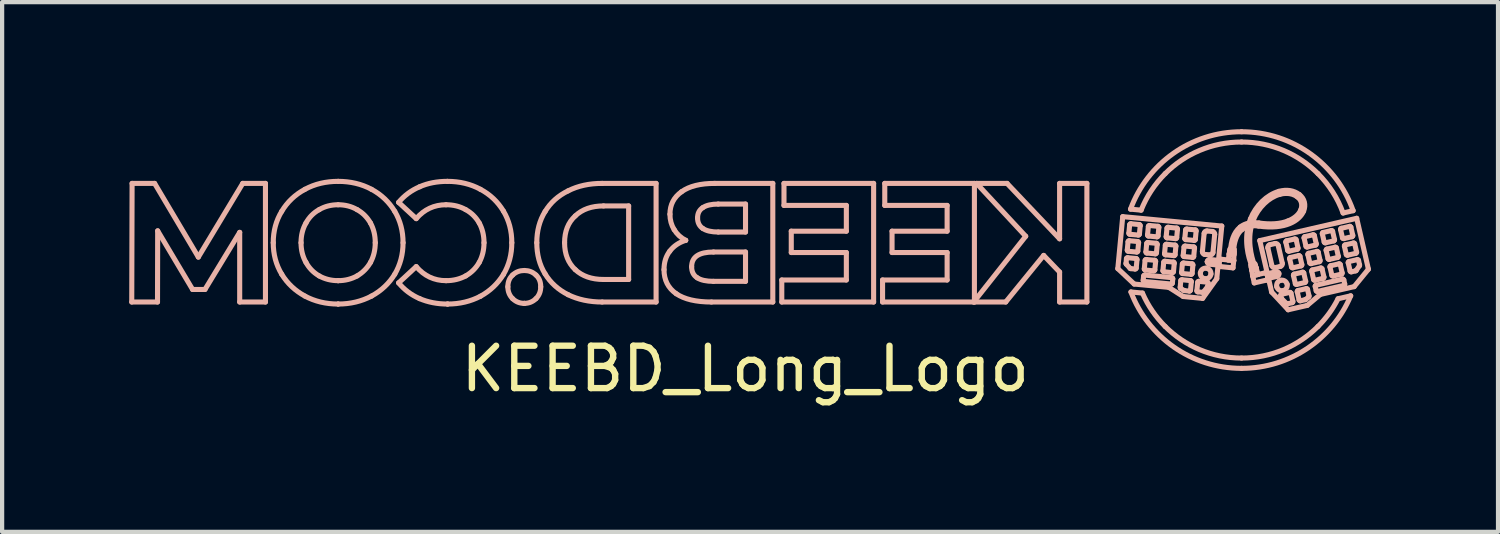
<source format=kicad_pcb>
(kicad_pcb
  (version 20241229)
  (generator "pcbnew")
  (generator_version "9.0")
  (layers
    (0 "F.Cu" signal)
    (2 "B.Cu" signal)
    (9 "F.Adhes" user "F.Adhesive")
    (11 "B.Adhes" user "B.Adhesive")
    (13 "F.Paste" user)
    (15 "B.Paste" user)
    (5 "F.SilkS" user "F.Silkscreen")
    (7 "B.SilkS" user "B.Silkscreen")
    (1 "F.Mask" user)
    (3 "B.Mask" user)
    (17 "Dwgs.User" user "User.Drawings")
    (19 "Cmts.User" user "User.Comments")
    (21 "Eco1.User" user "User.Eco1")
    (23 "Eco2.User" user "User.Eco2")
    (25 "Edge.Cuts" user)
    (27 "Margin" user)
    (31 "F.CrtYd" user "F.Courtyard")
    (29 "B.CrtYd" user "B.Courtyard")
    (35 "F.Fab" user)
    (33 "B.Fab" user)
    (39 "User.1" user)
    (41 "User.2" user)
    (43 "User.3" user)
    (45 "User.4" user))
  (footprint "KEEBD_Long_Logo"
    (layer "F.Cu")
    (at 14.542 2.735)
    (property "Reference" "KEEBD_Long_Logo" (at 0 2.921 0) (layer "F.SilkS") (effects (font (size 1 1) (thickness 0.15))))
    (attr through_hole)
    (fp_line (start -14.482 1.344) (end -13.874 1.344) (stroke (width 0.12) (type solid)) (layer "B.SilkS"))
    (fp_line (start -14.474 -1.456) (end -14.482 1.344) (stroke (width 0.12) (type solid)) (layer "B.SilkS"))
    (fp_line (start -13.942 -1.456) (end -14.474 -1.456) (stroke (width 0.12) (type solid)) (layer "B.SilkS"))
    (fp_line (start -13.874 1.344) (end -13.87 -0.336) (stroke (width 0.12) (type solid)) (layer "B.SilkS"))
    (fp_line (start -13.87 -0.336) (end -13.046 1.048) (stroke (width 0.12) (type solid)) (layer "B.SilkS"))
    (fp_line (start -13.046 1.048) (end -12.754 1.048) (stroke (width 0.12) (type solid)) (layer "B.SilkS"))
    (fp_line (start -12.91 0.284) (end -13.942 -1.456) (stroke (width 0.12) (type solid)) (layer "B.SilkS"))
    (fp_line (start -12.754 1.048) (end -11.934 -0.3) (stroke (width 0.12) (type solid)) (layer "B.SilkS"))
    (fp_line (start -11.934 -0.3) (end -11.934 1.344) (stroke (width 0.12) (type solid)) (layer "B.SilkS"))
    (fp_line (start -11.934 1.344) (end -11.326 1.344) (stroke (width 0.12) (type solid)) (layer "B.SilkS"))
    (fp_line (start -11.862 -1.456) (end -12.91 0.284) (stroke (width 0.12) (type solid)) (layer "B.SilkS"))
    (fp_line (start -11.326 -1.456) (end -11.862 -1.456) (stroke (width 0.12) (type solid)) (layer "B.SilkS"))
    (fp_line (start -11.326 1.344) (end -11.326 -1.456) (stroke (width 0.12) (type solid)) (layer "B.SilkS"))
    (fp_line (start -9.61 0.84) (end -9.61 0.84) (stroke (width 0.12) (type solid)) (layer "B.SilkS"))
    (fp_line (start -9.61 1.392) (end -9.61 1.392) (stroke (width 0.12) (type solid)) (layer "B.SilkS"))
    (fp_line (start -8.183 -1.008) (end -7.767 -0.624) (stroke (width 0.12) (type solid)) (layer "B.SilkS"))
    (fp_line (start -7.767 0.508) (end -8.183 0.892) (stroke (width 0.12) (type solid)) (layer "B.SilkS"))
    (fp_line (start -7.027 1.392) (end -7.027 1.392) (stroke (width 0.12) (type solid)) (layer "B.SilkS"))
    (fp_line (start -5.216 1.376) (end -5.216 1.376) (stroke (width 0.12) (type solid)) (layer "B.SilkS"))
    (fp_line (start -3.377 1.344) (end -2.105 1.344) (stroke (width 0.12) (type solid)) (layer "B.SilkS"))
    (fp_line (start -3.345 -0.924) (end -2.753 -0.924) (stroke (width 0.12) (type solid)) (layer "B.SilkS"))
    (fp_line (start -2.753 -0.924) (end -2.753 0.812) (stroke (width 0.12) (type solid)) (layer "B.SilkS"))
    (fp_line (start -2.753 0.812) (end -3.345 0.812) (stroke (width 0.12) (type solid)) (layer "B.SilkS"))
    (fp_line (start -2.105 -1.456) (end -3.377 -1.456) (stroke (width 0.12) (type solid)) (layer "B.SilkS"))
    (fp_line (start -2.105 1.344) (end -2.105 -1.456) (stroke (width 0.12) (type solid)) (layer "B.SilkS"))
    (fp_line (start -1.406 -0.112) (end -1.406 -0.112) (stroke (width 0.12) (type solid)) (layer "B.SilkS"))
    (fp_line (start -0.798 1.344) (end 0.65 1.344) (stroke (width 0.12) (type solid)) (layer "B.SilkS"))
    (fp_line (start -0.75 0.164) (end 0.006 0.164) (stroke (width 0.12) (type solid)) (layer "B.SilkS"))
    (fp_line (start -0.638 -0.968) (end 0.006 -0.968) (stroke (width 0.12) (type solid)) (layer "B.SilkS"))
    (fp_line (start 0.006 -0.968) (end 0.006 -0.308) (stroke (width 0.12) (type solid)) (layer "B.SilkS"))
    (fp_line (start 0.006 -0.308) (end -0.638 -0.308) (stroke (width 0.12) (type solid)) (layer "B.SilkS"))
    (fp_line (start 0.006 0.164) (end 0.006 0.856) (stroke (width 0.12) (type solid)) (layer "B.SilkS"))
    (fp_line (start 0.006 0.856) (end -0.75 0.856) (stroke (width 0.12) (type solid)) (layer "B.SilkS"))
    (fp_line (start 0.65 -1.456) (end -0.718 -1.456) (stroke (width 0.12) (type solid)) (layer "B.SilkS"))
    (fp_line (start 0.65 1.344) (end 0.65 -1.456) (stroke (width 0.12) (type solid)) (layer "B.SilkS"))
    (fp_line (start 0.862 0.824) (end 0.862 1.344) (stroke (width 0.12) (type solid)) (layer "B.SilkS"))
    (fp_line (start 0.862 1.344) (end 3.03 1.344) (stroke (width 0.12) (type solid)) (layer "B.SilkS"))
    (fp_line (start 0.914 -1.456) (end 0.914 -0.936) (stroke (width 0.12) (type solid)) (layer "B.SilkS"))
    (fp_line (start 0.914 -0.936) (end 2.386 -0.936) (stroke (width 0.12) (type solid)) (layer "B.SilkS"))
    (fp_line (start 1.086 -0.328) (end 1.086 0.176) (stroke (width 0.12) (type solid)) (layer "B.SilkS"))
    (fp_line (start 1.086 0.176) (end 2.386 0.176) (stroke (width 0.12) (type solid)) (layer "B.SilkS"))
    (fp_line (start 2.386 -0.936) (end 2.386 -0.328) (stroke (width 0.12) (type solid)) (layer "B.SilkS"))
    (fp_line (start 2.386 -0.328) (end 1.086 -0.328) (stroke (width 0.12) (type solid)) (layer "B.SilkS"))
    (fp_line (start 2.386 0.176) (end 2.386 0.824) (stroke (width 0.12) (type solid)) (layer "B.SilkS"))
    (fp_line (start 2.386 0.824) (end 0.862 0.824) (stroke (width 0.12) (type solid)) (layer "B.SilkS"))
    (fp_line (start 3.03 -1.456) (end 0.914 -1.456) (stroke (width 0.12) (type solid)) (layer "B.SilkS"))
    (fp_line (start 3.03 1.344) (end 3.03 -1.456) (stroke (width 0.12) (type solid)) (layer "B.SilkS"))
    (fp_line (start 3.241 0.824) (end 3.241 1.344) (stroke (width 0.12) (type solid)) (layer "B.SilkS"))
    (fp_line (start 3.241 1.344) (end 5.409 1.344) (stroke (width 0.12) (type solid)) (layer "B.SilkS"))
    (fp_line (start 3.293 -1.456) (end 3.293 -0.936) (stroke (width 0.12) (type solid)) (layer "B.SilkS"))
    (fp_line (start 3.293 -0.936) (end 4.765 -0.936) (stroke (width 0.12) (type solid)) (layer "B.SilkS"))
    (fp_line (start 3.465 -0.328) (end 3.465 0.176) (stroke (width 0.12) (type solid)) (layer "B.SilkS"))
    (fp_line (start 3.465 0.176) (end 4.765 0.176) (stroke (width 0.12) (type solid)) (layer "B.SilkS"))
    (fp_line (start 4.765 -0.936) (end 4.765 -0.328) (stroke (width 0.12) (type solid)) (layer "B.SilkS"))
    (fp_line (start 4.765 -0.328) (end 3.465 -0.328) (stroke (width 0.12) (type solid)) (layer "B.SilkS"))
    (fp_line (start 4.765 0.176) (end 4.765 0.824) (stroke (width 0.12) (type solid)) (layer "B.SilkS"))
    (fp_line (start 4.765 0.824) (end 3.241 0.824) (stroke (width 0.12) (type solid)) (layer "B.SilkS"))
    (fp_line (start 5.392 1.344) (end 6.148 1.344) (stroke (width 0.12) (type solid)) (layer "B.SilkS"))
    (fp_line (start 5.409 -1.456) (end 3.293 -1.456) (stroke (width 0.12) (type solid)) (layer "B.SilkS"))
    (fp_line (start 5.409 1.344) (end 5.409 -1.456) (stroke (width 0.12) (type solid)) (layer "B.SilkS"))
    (fp_line (start 5.46 -1.456) (end 6.62 -0.208) (stroke (width 0.12) (type solid)) (layer "B.SilkS"))
    (fp_line (start 6.148 1.344) (end 7.044 0.244) (stroke (width 0.12) (type solid)) (layer "B.SilkS"))
    (fp_line (start 6.18 -1.456) (end 5.46 -1.456) (stroke (width 0.12) (type solid)) (layer "B.SilkS"))
    (fp_line (start 6.62 -0.208) (end 5.392 1.344) (stroke (width 0.12) (type solid)) (layer "B.SilkS"))
    (fp_line (start 7.044 0.244) (end 7.42 0.636) (stroke (width 0.12) (type solid)) (layer "B.SilkS"))
    (fp_line (start 7.42 -1.456) (end 7.42 -0.148) (stroke (width 0.12) (type solid)) (layer "B.SilkS"))
    (fp_line (start 7.42 -0.148) (end 6.18 -1.456) (stroke (width 0.12) (type solid)) (layer "B.SilkS"))
    (fp_line (start 7.42 0.636) (end 7.42 1.344) (stroke (width 0.12) (type solid)) (layer "B.SilkS"))
    (fp_line (start 7.42 1.344) (end 8.064 1.344) (stroke (width 0.12) (type solid)) (layer "B.SilkS"))
    (fp_line (start 8.064 -1.456) (end 7.42 -1.456) (stroke (width 0.12) (type solid)) (layer "B.SilkS"))
    (fp_line (start 8.064 1.344) (end 8.064 -1.456) (stroke (width 0.12) (type solid)) (layer "B.SilkS"))
    (fp_line (start 8.794 0.556) (end 9.181 0.92) (stroke (width 0.12) (type solid)) (layer "B.SilkS"))
    (fp_line (start 8.91 -0.671) (end 8.794 0.556) (stroke (width 0.12) (type solid)) (layer "B.SilkS"))
    (fp_line (start 8.988 0.431) (end 8.998 0.319) (stroke (width 0.12) (type solid)) (layer "B.SilkS"))
    (fp_line (start 9.017 0.121) (end 9.036 -0.082) (stroke (width 0.12) (type solid)) (layer "B.SilkS"))
    (fp_line (start 9.023 0.298) (end 9.226 0.317) (stroke (width 0.12) (type solid)) (layer "B.SilkS"))
    (fp_line (start 9.055 -0.28) (end 9.074 -0.483) (stroke (width 0.12) (type solid)) (layer "B.SilkS"))
    (fp_line (start 9.061 -0.103) (end 9.265 -0.084) (stroke (width 0.12) (type solid)) (layer "B.SilkS"))
    (fp_line (start 9.084 0.549) (end 8.993 0.449) (stroke (width 0.12) (type solid)) (layer "B.SilkS"))
    (fp_line (start 9.094 -0.848) (end 9.344 -0.824) (stroke (width 0.12) (type solid)) (layer "B.SilkS"))
    (fp_line (start 9.1 -0.504) (end 9.303 -0.484) (stroke (width 0.12) (type solid)) (layer "B.SilkS"))
    (fp_line (start 9.181 0.92) (end 9.998 0.998) (stroke (width 0.12) (type solid)) (layer "B.SilkS"))
    (fp_line (start 9.203 0.566) (end 9.099 0.556) (stroke (width 0.12) (type solid)) (layer "B.SilkS"))
    (fp_line (start 9.241 0.165) (end 9.038 0.146) (stroke (width 0.12) (type solid)) (layer "B.SilkS"))
    (fp_line (start 9.247 0.342) (end 9.228 0.545) (stroke (width 0.12) (type solid)) (layer "B.SilkS"))
    (fp_line (start 9.279 -0.236) (end 9.076 -0.255) (stroke (width 0.12) (type solid)) (layer "B.SilkS"))
    (fp_line (start 9.285 -0.059) (end 9.266 0.144) (stroke (width 0.12) (type solid)) (layer "B.SilkS"))
    (fp_line (start 9.323 -0.459) (end 9.304 -0.256) (stroke (width 0.12) (type solid)) (layer "B.SilkS"))
    (fp_line (start 9.376 1.133) (end 9.104 1.107) (stroke (width 0.12) (type solid)) (layer "B.SilkS"))
    (fp_line (start 9.393 0.834) (end 9.403 0.729) (stroke (width 0.12) (type solid)) (layer "B.SilkS"))
    (fp_line (start 9.419 0.563) (end 9.438 0.36) (stroke (width 0.12) (type solid)) (layer "B.SilkS"))
    (fp_line (start 9.428 0.708) (end 10.071 0.769) (stroke (width 0.12) (type solid)) (layer "B.SilkS"))
    (fp_line (start 9.457 0.163) (end 9.476 -0.04) (stroke (width 0.12) (type solid)) (layer "B.SilkS"))
    (fp_line (start 9.463 0.34) (end 9.666 0.359) (stroke (width 0.12) (type solid)) (layer "B.SilkS"))
    (fp_line (start 9.495 -0.238) (end 9.515 -0.441) (stroke (width 0.12) (type solid)) (layer "B.SilkS"))
    (fp_line (start 9.501 -0.061) (end 9.705 -0.042) (stroke (width 0.12) (type solid)) (layer "B.SilkS"))
    (fp_line (start 9.54 -0.462) (end 9.743 -0.443) (stroke (width 0.12) (type solid)) (layer "B.SilkS"))
    (fp_line (start 9.643 0.608) (end 9.44 0.589) (stroke (width 0.12) (type solid)) (layer "B.SilkS"))
    (fp_line (start 9.681 0.207) (end 9.478 0.188) (stroke (width 0.12) (type solid)) (layer "B.SilkS"))
    (fp_line (start 9.687 0.384) (end 9.668 0.587) (stroke (width 0.12) (type solid)) (layer "B.SilkS"))
    (fp_line (start 9.719 -0.194) (end 9.516 -0.213) (stroke (width 0.12) (type solid)) (layer "B.SilkS"))
    (fp_line (start 9.725 -0.017) (end 9.706 0.186) (stroke (width 0.12) (type solid)) (layer "B.SilkS"))
    (fp_line (start 9.763 -0.418) (end 9.744 -0.215) (stroke (width 0.12) (type solid)) (layer "B.SilkS"))
    (fp_line (start 9.859 0.605) (end 9.878 0.402) (stroke (width 0.12) (type solid)) (layer "B.SilkS"))
    (fp_line (start 9.897 0.204) (end 9.916 0.001) (stroke (width 0.12) (type solid)) (layer "B.SilkS"))
    (fp_line (start 9.903 0.382) (end 10.107 0.401) (stroke (width 0.12) (type solid)) (layer "B.SilkS"))
    (fp_line (start 9.935 -0.196) (end 9.955 -0.399) (stroke (width 0.12) (type solid)) (layer "B.SilkS"))
    (fp_line (start 9.942 -0.019) (end 10.145 -0.000022) (stroke (width 0.12) (type solid)) (layer "B.SilkS"))
    (fp_line (start 9.98 -0.42) (end 10.183 -0.401) (stroke (width 0.12) (type solid)) (layer "B.SilkS"))
    (fp_line (start 9.998 0.998) (end 10.338 1.214) (stroke (width 0.12) (type solid)) (layer "B.SilkS"))
    (fp_line (start 10.057 0.92) (end 9.414 0.859) (stroke (width 0.12) (type solid)) (layer "B.SilkS"))
    (fp_line (start 10.083 0.65) (end 9.88 0.63) (stroke (width 0.12) (type solid)) (layer "B.SilkS"))
    (fp_line (start 10.092 0.794) (end 10.082 0.9) (stroke (width 0.12) (type solid)) (layer "B.SilkS"))
    (fp_line (start 10.121 0.249) (end 9.918 0.23) (stroke (width 0.12) (type solid)) (layer "B.SilkS"))
    (fp_line (start 10.127 0.426) (end 10.108 0.629) (stroke (width 0.12) (type solid)) (layer "B.SilkS"))
    (fp_line (start 10.159 -0.152) (end 9.956 -0.171) (stroke (width 0.12) (type solid)) (layer "B.SilkS"))
    (fp_line (start 10.165 0.025) (end 10.146 0.228) (stroke (width 0.12) (type solid)) (layer "B.SilkS"))
    (fp_line (start 10.203 -0.376) (end 10.184 -0.173) (stroke (width 0.12) (type solid)) (layer "B.SilkS"))
    (fp_line (start 10.266 1) (end 10.281 0.839) (stroke (width 0.12) (type solid)) (layer "B.SilkS"))
    (fp_line (start 10.299 0.647) (end 10.318 0.444) (stroke (width 0.12) (type solid)) (layer "B.SilkS"))
    (fp_line (start 10.306 0.818) (end 10.509 0.838) (stroke (width 0.12) (type solid)) (layer "B.SilkS"))
    (fp_line (start 10.337 0.246) (end 10.357 0.043) (stroke (width 0.12) (type solid)) (layer "B.SilkS"))
    (fp_line (start 10.338 1.214) (end 10.797 1.258) (stroke (width 0.12) (type solid)) (layer "B.SilkS"))
    (fp_line (start 10.343 0.423) (end 10.547 0.443) (stroke (width 0.12) (type solid)) (layer "B.SilkS"))
    (fp_line (start 10.356 1.072) (end 10.276 1.021) (stroke (width 0.12) (type solid)) (layer "B.SilkS"))
    (fp_line (start 10.375 -0.155) (end 10.395 -0.358) (stroke (width 0.12) (type solid)) (layer "B.SilkS"))
    (fp_line (start 10.382 0.023) (end 10.585 0.042) (stroke (width 0.12) (type solid)) (layer "B.SilkS"))
    (fp_line (start 10.42 -0.378) (end 10.623 -0.359) (stroke (width 0.12) (type solid)) (layer "B.SilkS"))
    (fp_line (start 10.485 1.087) (end 10.366 1.075) (stroke (width 0.12) (type solid)) (layer "B.SilkS"))
    (fp_line (start 10.523 0.691) (end 10.32 0.672) (stroke (width 0.12) (type solid)) (layer "B.SilkS"))
    (fp_line (start 10.53 0.863) (end 10.51 1.066) (stroke (width 0.12) (type solid)) (layer "B.SilkS"))
    (fp_line (start 10.561 0.291) (end 10.358 0.271) (stroke (width 0.12) (type solid)) (layer "B.SilkS"))
    (fp_line (start 10.567 0.468) (end 10.548 0.671) (stroke (width 0.12) (type solid)) (layer "B.SilkS"))
    (fp_line (start 10.599 -0.11) (end 10.396 -0.129) (stroke (width 0.12) (type solid)) (layer "B.SilkS"))
    (fp_line (start 10.605 0.067) (end 10.586 0.27) (stroke (width 0.12) (type solid)) (layer "B.SilkS"))
    (fp_line (start 10.643 -0.334) (end 10.624 -0.131) (stroke (width 0.12) (type solid)) (layer "B.SilkS"))
    (fp_line (start 10.66 1.08) (end 10.68 0.877) (stroke (width 0.12) (type solid)) (layer "B.SilkS"))
    (fp_line (start 10.705 0.856) (end 10.908 0.876) (stroke (width 0.12) (type solid)) (layer "B.SilkS"))
    (fp_line (start 10.791 0.154) (end 10.832 -0.278) (stroke (width 0.12) (type solid)) (layer "B.SilkS"))
    (fp_line (start 10.797 1.258) (end 11.13 0.792) (stroke (width 0.12) (type solid)) (layer "B.SilkS"))
    (fp_line (start 10.797 1.116) (end 10.681 1.105) (stroke (width 0.12) (type solid)) (layer "B.SilkS"))
    (fp_line (start 10.898 -0.333) (end 11.027 -0.321) (stroke (width 0.12) (type solid)) (layer "B.SilkS"))
    (fp_line (start 10.918 0.977) (end 10.818 1.107) (stroke (width 0.12) (type solid)) (layer "B.SilkS"))
    (fp_line (start 10.928 0.901) (end 10.922 0.965) (stroke (width 0.12) (type solid)) (layer "B.SilkS"))
    (fp_line (start 10.945 0.382) (end 10.942 0.404) (stroke (width 0.12) (type solid)) (layer "B.SilkS"))
    (fp_line (start 10.965 0.432) (end 11.006 0.437) (stroke (width 0.12) (type solid)) (layer "B.SilkS"))
    (fp_line (start 10.967 0.339) (end 11.171 0.362) (stroke (width 0.12) (type solid)) (layer "B.SilkS"))
    (fp_line (start 10.974 0.232) (end 10.845 0.22) (stroke (width 0.12) (type solid)) (layer "B.SilkS"))
    (fp_line (start 11.006 0.437) (end 11.013 0.363) (stroke (width 0.12) (type solid)) (layer "B.SilkS"))
    (fp_line (start 11.013 0.363) (end 10.973 0.359) (stroke (width 0.12) (type solid)) (layer "B.SilkS"))
    (fp_line (start 11.022 0.438) (end 11.089 0.445) (stroke (width 0.12) (type solid)) (layer "B.SilkS"))
    (fp_line (start 11.029 0.364) (end 11.022 0.438) (stroke (width 0.12) (type solid)) (layer "B.SilkS"))
    (fp_line (start 11.081 -0.254) (end 11.04 0.178) (stroke (width 0.12) (type solid)) (layer "B.SilkS"))
    (fp_line (start 11.089 0.445) (end 11.096 0.371) (stroke (width 0.12) (type solid)) (layer "B.SilkS"))
    (fp_line (start 11.096 0.371) (end 11.029 0.364) (stroke (width 0.12) (type solid)) (layer "B.SilkS"))
    (fp_line (start 11.105 0.447) (end 11.181 0.454) (stroke (width 0.12) (type solid)) (layer "B.SilkS"))
    (fp_line (start 11.113 0.373) (end 11.105 0.447) (stroke (width 0.12) (type solid)) (layer "B.SilkS"))
    (fp_line (start 11.13 0.792) (end 11.16 0.473) (stroke (width 0.12) (type solid)) (layer "B.SilkS"))
    (fp_line (start 11.16 0.473) (end 10.955 0.45) (stroke (width 0.12) (type solid)) (layer "B.SilkS"))
    (fp_line (start 11.171 0.362) (end 11.248 -0.449) (stroke (width 0.12) (type solid)) (layer "B.SilkS"))
    (fp_line (start 11.178 0.459) (end 11.187 0.375) (stroke (width 0.12) (type solid)) (layer "B.SilkS"))
    (fp_line (start 11.181 0.454) (end 11.189 0.38) (stroke (width 0.12) (type solid)) (layer "B.SilkS"))
    (fp_line (start 11.189 0.38) (end 11.113 0.373) (stroke (width 0.12) (type solid)) (layer "B.SilkS"))
    (fp_line (start 11.236 0.335) (end 11.531 0.365) (stroke (width 0.12) (type solid)) (layer "B.SilkS"))
    (fp_line (start 11.248 -0.449) (end 8.91 -0.671) (stroke (width 0.12) (type solid)) (layer "B.SilkS"))
    (fp_line (start 11.399 0.352) (end 11.531 0.365) (stroke (width 0.12) (type solid)) (layer "B.SilkS"))
    (fp_line (start 11.421 0.225) (end 11.399 0.352) (stroke (width 0.12) (type solid)) (layer "B.SilkS"))
    (fp_line (start 11.424 0.206) (end 11.535 0.217) (stroke (width 0.12) (type solid)) (layer "B.SilkS"))
    (fp_line (start 11.427 0.188) (end 11.424 0.206) (stroke (width 0.12) (type solid)) (layer "B.SilkS"))
    (fp_line (start 11.43 0.168) (end 11.537 0.179) (stroke (width 0.12) (type solid)) (layer "B.SilkS"))
    (fp_line (start 11.433 0.151) (end 11.43 0.168) (stroke (width 0.12) (type solid)) (layer "B.SilkS"))
    (fp_line (start 11.437 0.131) (end 11.538 0.141) (stroke (width 0.12) (type solid)) (layer "B.SilkS"))
    (fp_line (start 11.444 0.092) (end 11.437 0.131) (stroke (width 0.12) (type solid)) (layer "B.SilkS"))
    (fp_line (start 11.456 0.107) (end 11.529 0.112) (stroke (width 0.12) (type solid)) (layer "B.SilkS"))
    (fp_line (start 11.513 0.538) (end 11.218 0.508) (stroke (width 0.12) (type solid)) (layer "B.SilkS"))
    (fp_line (start 11.531 0.365) (end 11.535 0.237) (stroke (width 0.12) (type solid)) (layer "B.SilkS"))
    (fp_line (start 11.531 0.365) (end 11.513 0.538) (stroke (width 0.12) (type solid)) (layer "B.SilkS"))
    (fp_line (start 11.535 0.237) (end 11.421 0.225) (stroke (width 0.12) (type solid)) (layer "B.SilkS"))
    (fp_line (start 11.535 0.217) (end 11.536 0.199) (stroke (width 0.12) (type solid)) (layer "B.SilkS"))
    (fp_line (start 11.536 0.199) (end 11.427 0.188) (stroke (width 0.12) (type solid)) (layer "B.SilkS"))
    (fp_line (start 11.537 0.179) (end 11.537 0.161) (stroke (width 0.12) (type solid)) (layer "B.SilkS"))
    (fp_line (start 11.537 0.161) (end 11.433 0.151) (stroke (width 0.12) (type solid)) (layer "B.SilkS"))
    (fp_line (start 11.538 0.141) (end 11.539 0.102) (stroke (width 0.12) (type solid)) (layer "B.SilkS"))
    (fp_line (start 11.539 0.102) (end 11.444 0.092) (stroke (width 0.12) (type solid)) (layer "B.SilkS"))
    (fp_line (start 11.935 0.464) (end 11.942 0.503) (stroke (width 0.12) (type solid)) (layer "B.SilkS"))
    (fp_line (start 11.942 0.503) (end 12.04 0.48) (stroke (width 0.12) (type solid)) (layer "B.SilkS"))
    (fp_line (start 11.945 0.522) (end 11.947 0.54) (stroke (width 0.12) (type solid)) (layer "B.SilkS"))
    (fp_line (start 11.947 0.54) (end 12.051 0.516) (stroke (width 0.12) (type solid)) (layer "B.SilkS"))
    (fp_line (start 11.95 0.56) (end 11.953 0.577) (stroke (width 0.12) (type solid)) (layer "B.SilkS"))
    (fp_line (start 11.95 0.469) (end 12.014 0.455) (stroke (width 0.12) (type solid)) (layer "B.SilkS"))
    (fp_line (start 11.953 0.577) (end 12.062 0.552) (stroke (width 0.12) (type solid)) (layer "B.SilkS"))
    (fp_line (start 11.956 0.597) (end 11.977 0.724) (stroke (width 0.12) (type solid)) (layer "B.SilkS"))
    (fp_line (start 11.977 0.724) (end 12.015 0.893) (stroke (width 0.12) (type solid)) (layer "B.SilkS"))
    (fp_line (start 11.977 0.724) (end 12.105 0.694) (stroke (width 0.12) (type solid)) (layer "B.SilkS"))
    (fp_line (start 12.015 0.893) (end 12.304 0.827) (stroke (width 0.12) (type solid)) (layer "B.SilkS"))
    (fp_line (start 12.029 0.442) (end 11.935 0.464) (stroke (width 0.12) (type solid)) (layer "B.SilkS"))
    (fp_line (start 12.04 0.48) (end 12.029 0.442) (stroke (width 0.12) (type solid)) (layer "B.SilkS"))
    (fp_line (start 12.046 0.499) (end 11.945 0.522) (stroke (width 0.12) (type solid)) (layer "B.SilkS"))
    (fp_line (start 12.051 0.516) (end 12.046 0.499) (stroke (width 0.12) (type solid)) (layer "B.SilkS"))
    (fp_line (start 12.057 0.535) (end 11.95 0.56) (stroke (width 0.12) (type solid)) (layer "B.SilkS"))
    (fp_line (start 12.062 0.552) (end 12.057 0.535) (stroke (width 0.12) (type solid)) (layer "B.SilkS"))
    (fp_line (start 12.062 0.552) (end 12.062 0.552) (stroke (width 0.12) (type solid)) (layer "B.SilkS"))
    (fp_line (start 12.068 0.571) (end 11.956 0.597) (stroke (width 0.12) (type solid)) (layer "B.SilkS"))
    (fp_line (start 12.105 0.694) (end 12.068 0.571) (stroke (width 0.12) (type solid)) (layer "B.SilkS"))
    (fp_line (start 12.145 -0.106) (end 12.325 0.677) (stroke (width 0.12) (type solid)) (layer "B.SilkS"))
    (fp_line (start 12.266 0.657) (end 11.977 0.724) (stroke (width 0.12) (type solid)) (layer "B.SilkS"))
    (fp_line (start 12.318 0.696) (end 12.334 0.769) (stroke (width 0.12) (type solid)) (layer "B.SilkS"))
    (fp_line (start 12.325 0.677) (end 12.53 0.63) (stroke (width 0.12) (type solid)) (layer "B.SilkS"))
    (fp_line (start 12.334 0.769) (end 12.409 0.752) (stroke (width 0.12) (type solid)) (layer "B.SilkS"))
    (fp_line (start 12.335 0.065) (end 12.432 0.488) (stroke (width 0.12) (type solid)) (layer "B.SilkS"))
    (fp_line (start 12.338 0.773) (end 12.319 0.691) (stroke (width 0.12) (type solid)) (layer "B.SilkS"))
    (fp_line (start 12.35 0.785) (end 12.425 1.109) (stroke (width 0.12) (type solid)) (layer "B.SilkS"))
    (fp_line (start 12.392 0.679) (end 12.318 0.696) (stroke (width 0.12) (type solid)) (layer "B.SilkS"))
    (fp_line (start 12.408 0.676) (end 12.425 0.748) (stroke (width 0.12) (type solid)) (layer "B.SilkS"))
    (fp_line (start 12.409 0.752) (end 12.392 0.679) (stroke (width 0.12) (type solid)) (layer "B.SilkS"))
    (fp_line (start 12.425 0.748) (end 12.49 0.733) (stroke (width 0.12) (type solid)) (layer "B.SilkS"))
    (fp_line (start 12.425 1.109) (end 12.815 1.527) (stroke (width 0.12) (type solid)) (layer "B.SilkS"))
    (fp_line (start 12.474 0.661) (end 12.408 0.676) (stroke (width 0.12) (type solid)) (layer "B.SilkS"))
    (fp_line (start 12.489 0.657) (end 12.506 0.729) (stroke (width 0.12) (type solid)) (layer "B.SilkS"))
    (fp_line (start 12.49 0.733) (end 12.474 0.661) (stroke (width 0.12) (type solid)) (layer "B.SilkS"))
    (fp_line (start 12.505 0.533) (end 12.631 0.504) (stroke (width 0.12) (type solid)) (layer "B.SilkS"))
    (fp_line (start 12.506 0.729) (end 12.546 0.72) (stroke (width 0.12) (type solid)) (layer "B.SilkS"))
    (fp_line (start 12.507 -0.037) (end 12.381 -0.008) (stroke (width 0.12) (type solid)) (layer "B.SilkS"))
    (fp_line (start 12.529 0.648) (end 12.489 0.657) (stroke (width 0.12) (type solid)) (layer "B.SilkS"))
    (fp_line (start 12.555 0.738) (end 12.35 0.785) (stroke (width 0.12) (type solid)) (layer "B.SilkS"))
    (fp_line (start 12.565 0.689) (end 12.56 0.667) (stroke (width 0.12) (type solid)) (layer "B.SilkS"))
    (fp_line (start 12.638 1.19) (end 12.653 1.253) (stroke (width 0.12) (type solid)) (layer "B.SilkS"))
    (fp_line (start 12.659 1.264) (end 12.775 1.38) (stroke (width 0.12) (type solid)) (layer "B.SilkS"))
    (fp_line (start 12.677 0.432) (end 12.58 0.009) (stroke (width 0.12) (type solid)) (layer "B.SilkS"))
    (fp_line (start 12.759 -0.071) (end 12.805 0.128) (stroke (width 0.12) (type solid)) (layer "B.SilkS"))
    (fp_line (start 12.796 1.387) (end 12.91 1.36) (stroke (width 0.12) (type solid)) (layer "B.SilkS"))
    (fp_line (start 12.815 1.527) (end 13.265 1.424) (stroke (width 0.12) (type solid)) (layer "B.SilkS"))
    (fp_line (start 12.832 0.145) (end 13.031 0.099) (stroke (width 0.12) (type solid)) (layer "B.SilkS"))
    (fp_line (start 12.849 0.321) (end 12.895 0.52) (stroke (width 0.12) (type solid)) (layer "B.SilkS"))
    (fp_line (start 12.854 1.117) (end 12.656 1.162) (stroke (width 0.12) (type solid)) (layer "B.SilkS"))
    (fp_line (start 12.922 0.537) (end 13.121 0.491) (stroke (width 0.12) (type solid)) (layer "B.SilkS"))
    (fp_line (start 12.928 1.333) (end 12.882 1.134) (stroke (width 0.12) (type solid)) (layer "B.SilkS"))
    (fp_line (start 12.939 0.713) (end 12.985 0.912) (stroke (width 0.12) (type solid)) (layer "B.SilkS"))
    (fp_line (start 12.975 -0.145) (end 12.776 -0.099) (stroke (width 0.12) (type solid)) (layer "B.SilkS"))
    (fp_line (start 13.013 0.93) (end 13.212 0.884) (stroke (width 0.12) (type solid)) (layer "B.SilkS"))
    (fp_line (start 13.029 1.1) (end 13.074 1.299) (stroke (width 0.12) (type solid)) (layer "B.SilkS"))
    (fp_line (start 13.048 0.072) (end 13.003 -0.127) (stroke (width 0.12) (type solid)) (layer "B.SilkS"))
    (fp_line (start 13.065 0.248) (end 12.866 0.294) (stroke (width 0.12) (type solid)) (layer "B.SilkS"))
    (fp_line (start 13.102 1.316) (end 13.219 1.289) (stroke (width 0.12) (type solid)) (layer "B.SilkS"))
    (fp_line (start 13.139 0.464) (end 13.093 0.265) (stroke (width 0.12) (type solid)) (layer "B.SilkS"))
    (fp_line (start 13.156 0.64) (end 12.957 0.686) (stroke (width 0.12) (type solid)) (layer "B.SilkS"))
    (fp_line (start 13.19 -0.17) (end 13.236 0.029) (stroke (width 0.12) (type solid)) (layer "B.SilkS"))
    (fp_line (start 13.228 1.285) (end 13.301 1.224) (stroke (width 0.12) (type solid)) (layer "B.SilkS"))
    (fp_line (start 13.229 0.856) (end 13.183 0.657) (stroke (width 0.12) (type solid)) (layer "B.SilkS"))
    (fp_line (start 13.245 1.027) (end 13.046 1.073) (stroke (width 0.12) (type solid)) (layer "B.SilkS"))
    (fp_line (start 13.263 0.046) (end 13.462 0) (stroke (width 0.12) (type solid)) (layer "B.SilkS"))
    (fp_line (start 13.265 1.424) (end 13.574 1.165) (stroke (width 0.12) (type solid)) (layer "B.SilkS"))
    (fp_line (start 13.28 0.222) (end 13.326 0.421) (stroke (width 0.12) (type solid)) (layer "B.SilkS"))
    (fp_line (start 13.308 1.201) (end 13.272 1.044) (stroke (width 0.12) (type solid)) (layer "B.SilkS"))
    (fp_line (start 13.353 0.438) (end 13.552 0.392) (stroke (width 0.12) (type solid)) (layer "B.SilkS"))
    (fp_line (start 13.37 0.614) (end 13.416 0.813) (stroke (width 0.12) (type solid)) (layer "B.SilkS"))
    (fp_line (start 13.406 -0.244) (end 13.207 -0.198) (stroke (width 0.12) (type solid)) (layer "B.SilkS"))
    (fp_line (start 13.444 0.831) (end 13.643 0.785) (stroke (width 0.12) (type solid)) (layer "B.SilkS"))
    (fp_line (start 13.453 0.975) (end 13.477 1.078) (stroke (width 0.12) (type solid)) (layer "B.SilkS"))
    (fp_line (start 13.479 -0.028) (end 13.433 -0.226) (stroke (width 0.12) (type solid)) (layer "B.SilkS"))
    (fp_line (start 13.496 0.149) (end 13.297 0.195) (stroke (width 0.12) (type solid)) (layer "B.SilkS"))
    (fp_line (start 13.505 1.095) (end 14.134 0.951) (stroke (width 0.12) (type solid)) (layer "B.SilkS"))
    (fp_line (start 13.569 0.365) (end 13.524 0.166) (stroke (width 0.12) (type solid)) (layer "B.SilkS"))
    (fp_line (start 13.574 1.165) (end 14.373 0.981) (stroke (width 0.12) (type solid)) (layer "B.SilkS"))
    (fp_line (start 13.586 0.541) (end 13.388 0.587) (stroke (width 0.12) (type solid)) (layer "B.SilkS"))
    (fp_line (start 13.621 -0.269) (end 13.666 -0.071) (stroke (width 0.12) (type solid)) (layer "B.SilkS"))
    (fp_line (start 13.66 0.757) (end 13.614 0.558) (stroke (width 0.12) (type solid)) (layer "B.SilkS"))
    (fp_line (start 13.694 -0.053) (end 13.893 -0.099) (stroke (width 0.12) (type solid)) (layer "B.SilkS"))
    (fp_line (start 13.711 0.123) (end 13.757 0.322) (stroke (width 0.12) (type solid)) (layer "B.SilkS"))
    (fp_line (start 13.784 0.339) (end 13.983 0.293) (stroke (width 0.12) (type solid)) (layer "B.SilkS"))
    (fp_line (start 13.801 0.515) (end 13.847 0.714) (stroke (width 0.12) (type solid)) (layer "B.SilkS"))
    (fp_line (start 13.837 -0.343) (end 13.638 -0.297) (stroke (width 0.12) (type solid)) (layer "B.SilkS"))
    (fp_line (start 13.874 0.731) (end 14.073 0.686) (stroke (width 0.12) (type solid)) (layer "B.SilkS"))
    (fp_line (start 13.91 -0.127) (end 13.864 -0.325) (stroke (width 0.12) (type solid)) (layer "B.SilkS"))
    (fp_line (start 13.927 0.05) (end 13.728 0.095) (stroke (width 0.12) (type solid)) (layer "B.SilkS"))
    (fp_line (start 14 0.266) (end 13.954 0.067) (stroke (width 0.12) (type solid)) (layer "B.SilkS"))
    (fp_line (start 14.017 0.442) (end 13.818 0.488) (stroke (width 0.12) (type solid)) (layer "B.SilkS"))
    (fp_line (start 14.051 -0.369) (end 14.097 -0.17) (stroke (width 0.12) (type solid)) (layer "B.SilkS"))
    (fp_line (start 14.09 0.658) (end 14.045 0.459) (stroke (width 0.12) (type solid)) (layer "B.SilkS"))
    (fp_line (start 14.1 0.803) (end 13.471 0.948) (stroke (width 0.12) (type solid)) (layer "B.SilkS"))
    (fp_line (start 14.112 -0.757) (end 14.349 -0.812) (stroke (width 0.12) (type solid)) (layer "B.SilkS"))
    (fp_line (start 14.125 -0.152) (end 14.324 -0.198) (stroke (width 0.12) (type solid)) (layer "B.SilkS"))
    (fp_line (start 14.142 0.024) (end 14.187 0.223) (stroke (width 0.12) (type solid)) (layer "B.SilkS"))
    (fp_line (start 14.151 0.923) (end 14.128 0.82) (stroke (width 0.12) (type solid)) (layer "B.SilkS"))
    (fp_line (start 14.215 0.24) (end 14.414 0.194) (stroke (width 0.12) (type solid)) (layer "B.SilkS"))
    (fp_line (start 14.232 0.416) (end 14.278 0.615) (stroke (width 0.12) (type solid)) (layer "B.SilkS"))
    (fp_line (start 14.267 -0.442) (end 14.069 -0.396) (stroke (width 0.12) (type solid)) (layer "B.SilkS"))
    (fp_line (start 14.291 1.198) (end 13.993 1.267) (stroke (width 0.12) (type solid)) (layer "B.SilkS"))
    (fp_line (start 14.305 0.632) (end 14.407 0.609) (stroke (width 0.12) (type solid)) (layer "B.SilkS"))
    (fp_line (start 14.341 -0.226) (end 14.295 -0.425) (stroke (width 0.12) (type solid)) (layer "B.SilkS"))
    (fp_line (start 14.358 -0.049) (end 14.159 -0.004) (stroke (width 0.12) (type solid)) (layer "B.SilkS"))
    (fp_line (start 14.373 0.981) (end 14.71 0.569) (stroke (width 0.12) (type solid)) (layer "B.SilkS"))
    (fp_line (start 14.421 0.6) (end 14.497 0.489) (stroke (width 0.12) (type solid)) (layer "B.SilkS"))
    (fp_line (start 14.431 0.167) (end 14.385 -0.032) (stroke (width 0.12) (type solid)) (layer "B.SilkS"))
    (fp_line (start 14.433 -0.632) (end 12.145 -0.106) (stroke (width 0.12) (type solid)) (layer "B.SilkS"))
    (fp_line (start 14.448 0.343) (end 14.249 0.389) (stroke (width 0.12) (type solid)) (layer "B.SilkS"))
    (fp_line (start 14.501 0.47) (end 14.476 0.36) (stroke (width 0.12) (type solid)) (layer "B.SilkS"))
    (fp_line (start 14.71 0.569) (end 14.433 -0.632) (stroke (width 0.12) (type solid)) (layer "B.SilkS"))
    (fp_curve (pts (xy -11.142 -0.056) (xy -11.142 0.218) (xy -11.076 0.466) (xy -10.942 0.688)) (stroke (width 0.12) (type solid)) (layer "B.SilkS"))
    (fp_curve (pts (xy -10.942 -0.796) (xy -11.076 -0.578) (xy -11.142 -0.331) (xy -11.142 -0.056)) (stroke (width 0.12) (type solid)) (layer "B.SilkS"))
    (fp_curve (pts (xy -10.942 0.688) (xy -10.809 0.906) (xy -10.626 1.078) (xy -10.394 1.204)) (stroke (width 0.12) (type solid)) (layer "B.SilkS"))
    (fp_curve (pts (xy -10.486 -0.056) (xy -10.486 -0.23) (xy -10.448 -0.384) (xy -10.37 -0.52)) (stroke (width 0.12) (type solid)) (layer "B.SilkS"))
    (fp_curve (pts (xy -10.394 -1.316) (xy -10.626 -1.191) (xy -10.809 -1.018) (xy -10.942 -0.796)) (stroke (width 0.12) (type solid)) (layer "B.SilkS"))
    (fp_curve (pts (xy -10.394 1.204) (xy -10.162 1.329) (xy -9.901 1.392) (xy -9.61 1.392)) (stroke (width 0.12) (type solid)) (layer "B.SilkS"))
    (fp_curve (pts (xy -10.37 -0.52) (xy -10.296 -0.656) (xy -10.192 -0.762) (xy -10.058 -0.836)) (stroke (width 0.12) (type solid)) (layer "B.SilkS"))
    (fp_curve (pts (xy -10.37 0.408) (xy -10.448 0.272) (xy -10.486 0.117) (xy -10.486 -0.056)) (stroke (width 0.12) (type solid)) (layer "B.SilkS"))
    (fp_curve (pts (xy -10.058 -0.836) (xy -9.925 -0.914) (xy -9.776 -0.952) (xy -9.61 -0.952)) (stroke (width 0.12) (type solid)) (layer "B.SilkS"))
    (fp_curve (pts (xy -10.058 0.728) (xy -10.192 0.65) (xy -10.296 0.544) (xy -10.37 0.408)) (stroke (width 0.12) (type solid)) (layer "B.SilkS"))
    (fp_curve (pts (xy -9.61 -1.504) (xy -9.901 -1.504) (xy -10.162 -1.442) (xy -10.394 -1.316)) (stroke (width 0.12) (type solid)) (layer "B.SilkS"))
    (fp_curve (pts (xy -9.61 -0.952) (xy -9.445 -0.952) (xy -9.296 -0.914) (xy -9.162 -0.836)) (stroke (width 0.12) (type solid)) (layer "B.SilkS"))
    (fp_curve (pts (xy -9.61 0.84) (xy -9.776 0.84) (xy -9.925 0.802) (xy -10.058 0.728)) (stroke (width 0.12) (type solid)) (layer "B.SilkS"))
    (fp_curve (pts (xy -9.61 1.392) (xy -9.32 1.392) (xy -9.057 1.329) (xy -8.822 1.204)) (stroke (width 0.12) (type solid)) (layer "B.SilkS"))
    (fp_curve (pts (xy -9.162 -0.836) (xy -9.029 -0.762) (xy -8.924 -0.656) (xy -8.846 -0.52)) (stroke (width 0.12) (type solid)) (layer "B.SilkS"))
    (fp_curve (pts (xy -9.162 0.728) (xy -9.296 0.802) (xy -9.445 0.84) (xy -9.61 0.84)) (stroke (width 0.12) (type solid)) (layer "B.SilkS"))
    (fp_curve (pts (xy -8.846 -0.52) (xy -8.772 -0.384) (xy -8.734 -0.23) (xy -8.734 -0.056)) (stroke (width 0.12) (type solid)) (layer "B.SilkS"))
    (fp_curve (pts (xy -8.846 0.408) (xy -8.924 0.544) (xy -9.029 0.65) (xy -9.162 0.728)) (stroke (width 0.12) (type solid)) (layer "B.SilkS"))
    (fp_curve (pts (xy -8.822 -1.316) (xy -9.057 -1.442) (xy -9.32 -1.504) (xy -9.61 -1.504)) (stroke (width 0.12) (type solid)) (layer "B.SilkS"))
    (fp_curve (pts (xy -8.822 1.204) (xy -8.59 1.078) (xy -8.408 0.906) (xy -8.274 0.688)) (stroke (width 0.12) (type solid)) (layer "B.SilkS"))
    (fp_curve (pts (xy -8.734 -0.056) (xy -8.734 0.117) (xy -8.772 0.272) (xy -8.846 0.408)) (stroke (width 0.12) (type solid)) (layer "B.SilkS"))
    (fp_curve (pts (xy -8.274 -0.796) (xy -8.408 -1.018) (xy -8.59 -1.191) (xy -8.822 -1.316)) (stroke (width 0.12) (type solid)) (layer "B.SilkS"))
    (fp_curve (pts (xy -8.274 0.688) (xy -8.144 0.466) (xy -8.078 0.218) (xy -8.078 -0.056)) (stroke (width 0.12) (type solid)) (layer "B.SilkS"))
    (fp_curve (pts (xy -8.183 0.892) (xy -8.05 1.054) (xy -7.885 1.178) (xy -7.687 1.264)) (stroke (width 0.12) (type solid)) (layer "B.SilkS"))
    (fp_curve (pts (xy -8.078 -0.056) (xy -8.078 -0.331) (xy -8.144 -0.578) (xy -8.274 -0.796)) (stroke (width 0.12) (type solid)) (layer "B.SilkS"))
    (fp_curve (pts (xy -7.767 -0.624) (xy -7.578 -0.843) (xy -7.343 -0.952) (xy -7.063 -0.952)) (stroke (width 0.12) (type solid)) (layer "B.SilkS"))
    (fp_curve (pts (xy -7.687 -1.376) (xy -7.885 -1.291) (xy -8.05 -1.168) (xy -8.183 -1.008)) (stroke (width 0.12) (type solid)) (layer "B.SilkS"))
    (fp_curve (pts (xy -7.687 1.264) (xy -7.49 1.349) (xy -7.27 1.392) (xy -7.027 1.392)) (stroke (width 0.12) (type solid)) (layer "B.SilkS"))
    (fp_curve (pts (xy -7.063 -0.952) (xy -6.89 -0.952) (xy -6.735 -0.914) (xy -6.599 -0.836)) (stroke (width 0.12) (type solid)) (layer "B.SilkS"))
    (fp_curve (pts (xy -7.063 0.84) (xy -7.343 0.84) (xy -7.578 0.729) (xy -7.767 0.508)) (stroke (width 0.12) (type solid)) (layer "B.SilkS"))
    (fp_curve (pts (xy -7.031 -1.504) (xy -7.274 -1.504) (xy -7.493 -1.462) (xy -7.687 -1.376)) (stroke (width 0.12) (type solid)) (layer "B.SilkS"))
    (fp_curve (pts (xy -7.027 1.392) (xy -6.742 1.392) (xy -6.483 1.33) (xy -6.251 1.208)) (stroke (width 0.12) (type solid)) (layer "B.SilkS"))
    (fp_curve (pts (xy -6.599 -0.836) (xy -6.463 -0.762) (xy -6.357 -0.656) (xy -6.279 -0.52)) (stroke (width 0.12) (type solid)) (layer "B.SilkS"))
    (fp_curve (pts (xy -6.599 0.728) (xy -6.735 0.802) (xy -6.89 0.84) (xy -7.063 0.84)) (stroke (width 0.12) (type solid)) (layer "B.SilkS"))
    (fp_curve (pts (xy -6.279 -0.52) (xy -6.205 -0.384) (xy -6.167 -0.23) (xy -6.167 -0.056)) (stroke (width 0.12) (type solid)) (layer "B.SilkS"))
    (fp_curve (pts (xy -6.279 0.408) (xy -6.357 0.544) (xy -6.463 0.65) (xy -6.599 0.728)) (stroke (width 0.12) (type solid)) (layer "B.SilkS"))
    (fp_curve (pts (xy -6.251 -1.316) (xy -6.483 -1.442) (xy -6.743 -1.504) (xy -7.031 -1.504)) (stroke (width 0.12) (type solid)) (layer "B.SilkS"))
    (fp_curve (pts (xy -6.251 1.208) (xy -6.022 1.082) (xy -5.841 0.91) (xy -5.707 0.692)) (stroke (width 0.12) (type solid)) (layer "B.SilkS"))
    (fp_curve (pts (xy -6.167 -0.056) (xy -6.167 0.117) (xy -6.205 0.272) (xy -6.279 0.408)) (stroke (width 0.12) (type solid)) (layer "B.SilkS"))
    (fp_curve (pts (xy -5.707 -0.8) (xy -5.841 -1.022) (xy -6.022 -1.194) (xy -6.251 -1.316)) (stroke (width 0.12) (type solid)) (layer "B.SilkS"))
    (fp_curve (pts (xy -5.707 0.692) (xy -5.577 0.47) (xy -5.511 0.221) (xy -5.511 -0.056)) (stroke (width 0.12) (type solid)) (layer "B.SilkS"))
    (fp_curve (pts (xy -5.604 0.984) (xy -5.604 1.096) (xy -5.567 1.189) (xy -5.492 1.264)) (stroke (width 0.12) (type solid)) (layer "B.SilkS"))
    (fp_curve (pts (xy -5.511 -0.056) (xy -5.511 -0.334) (xy -5.577 -0.582) (xy -5.707 -0.8)) (stroke (width 0.12) (type solid)) (layer "B.SilkS"))
    (fp_curve (pts (xy -5.492 0.708) (xy -5.567 0.777) (xy -5.604 0.869) (xy -5.604 0.984)) (stroke (width 0.12) (type solid)) (layer "B.SilkS"))
    (fp_curve (pts (xy -5.492 1.264) (xy -5.417 1.338) (xy -5.325 1.376) (xy -5.216 1.376)) (stroke (width 0.12) (type solid)) (layer "B.SilkS"))
    (fp_curve (pts (xy -5.216 0.6) (xy -5.325 0.6) (xy -5.417 0.636) (xy -5.492 0.708)) (stroke (width 0.12) (type solid)) (layer "B.SilkS"))
    (fp_curve (pts (xy -5.216 1.376) (xy -5.107 1.376) (xy -5.015 1.338) (xy -4.94 1.264)) (stroke (width 0.12) (type solid)) (layer "B.SilkS"))
    (fp_curve (pts (xy -4.94 0.708) (xy -5.015 0.636) (xy -5.107 0.6) (xy -5.216 0.6)) (stroke (width 0.12) (type solid)) (layer "B.SilkS"))
    (fp_curve (pts (xy -4.94 1.264) (xy -4.865 1.189) (xy -4.828 1.096) (xy -4.828 0.984)) (stroke (width 0.12) (type solid)) (layer "B.SilkS"))
    (fp_curve (pts (xy -4.921 -0.056) (xy -4.921 0.224) (xy -4.856 0.469) (xy -4.725 0.68)) (stroke (width 0.12) (type solid)) (layer "B.SilkS"))
    (fp_curve (pts (xy -4.828 0.984) (xy -4.828 0.869) (xy -4.865 0.777) (xy -4.94 0.708)) (stroke (width 0.12) (type solid)) (layer "B.SilkS"))
    (fp_curve (pts (xy -4.725 -0.792) (xy -4.856 -0.582) (xy -4.921 -0.336) (xy -4.921 -0.056)) (stroke (width 0.12) (type solid)) (layer "B.SilkS"))
    (fp_curve (pts (xy -4.725 0.68) (xy -4.597 0.89) (xy -4.416 1.054) (xy -4.181 1.172)) (stroke (width 0.12) (type solid)) (layer "B.SilkS"))
    (fp_curve (pts (xy -4.265 -0.056) (xy -4.265 -0.323) (xy -4.181 -0.534) (xy -4.013 -0.688)) (stroke (width 0.12) (type solid)) (layer "B.SilkS"))
    (fp_curve (pts (xy -4.181 -1.28) (xy -4.416 -1.166) (xy -4.597 -1.003) (xy -4.725 -0.792)) (stroke (width 0.12) (type solid)) (layer "B.SilkS"))
    (fp_curve (pts (xy -4.181 1.172) (xy -3.949 1.286) (xy -3.681 1.344) (xy -3.377 1.344)) (stroke (width 0.12) (type solid)) (layer "B.SilkS"))
    (fp_curve (pts (xy -4.013 -0.688) (xy -3.848 -0.846) (xy -3.625 -0.924) (xy -3.345 -0.924)) (stroke (width 0.12) (type solid)) (layer "B.SilkS"))
    (fp_curve (pts (xy -4.013 0.58) (xy -4.181 0.422) (xy -4.265 0.21) (xy -4.265 -0.056)) (stroke (width 0.12) (type solid)) (layer "B.SilkS"))
    (fp_curve (pts (xy -3.377 -1.456) (xy -3.681 -1.456) (xy -3.949 -1.398) (xy -4.181 -1.28)) (stroke (width 0.12) (type solid)) (layer "B.SilkS"))
    (fp_curve (pts (xy -3.345 0.812) (xy -3.625 0.812) (xy -3.848 0.734) (xy -4.013 0.58)) (stroke (width 0.12) (type solid)) (layer "B.SilkS"))
    (fp_curve (pts (xy -1.918 0.58) (xy -1.918 0.825) (xy -1.822 1.014) (xy -1.63 1.148)) (stroke (width 0.12) (type solid)) (layer "B.SilkS"))
    (fp_curve (pts (xy -1.782 0.144) (xy -1.872 0.261) (xy -1.918 0.406) (xy -1.918 0.58)) (stroke (width 0.12) (type solid)) (layer "B.SilkS"))
    (fp_curve (pts (xy -1.778 -0.728) (xy -1.778 -0.592) (xy -1.744 -0.471) (xy -1.678 -0.364)) (stroke (width 0.12) (type solid)) (layer "B.SilkS"))
    (fp_curve (pts (xy -1.678 -0.364) (xy -1.614 -0.258) (xy -1.523 -0.174) (xy -1.406 -0.112)) (stroke (width 0.12) (type solid)) (layer "B.SilkS"))
    (fp_curve (pts (xy -1.63 1.148) (xy -1.44 1.278) (xy -1.163 1.344) (xy -0.798 1.344)) (stroke (width 0.12) (type solid)) (layer "B.SilkS"))
    (fp_curve (pts (xy -1.502 -1.26) (xy -1.686 -1.13) (xy -1.778 -0.952) (xy -1.778 -0.728)) (stroke (width 0.12) (type solid)) (layer "B.SilkS"))
    (fp_curve (pts (xy -1.406 -0.112) (xy -1.566 -0.062) (xy -1.691 0.024) (xy -1.782 0.144)) (stroke (width 0.12) (type solid)) (layer "B.SilkS"))
    (fp_curve (pts (xy -1.266 0.512) (xy -1.266 0.28) (xy -1.094 0.164) (xy -0.75 0.164)) (stroke (width 0.12) (type solid)) (layer "B.SilkS"))
    (fp_curve (pts (xy -1.134 0.772) (xy -1.222 0.716) (xy -1.266 0.629) (xy -1.266 0.512)) (stroke (width 0.12) (type solid)) (layer "B.SilkS"))
    (fp_curve (pts (xy -1.126 -0.64) (xy -1.126 -0.75) (xy -1.084 -0.831) (xy -1.002 -0.884)) (stroke (width 0.12) (type solid)) (layer "B.SilkS"))
    (fp_curve (pts (xy -1.002 -0.884) (xy -0.919 -0.94) (xy -0.798 -0.968) (xy -0.638 -0.968)) (stroke (width 0.12) (type solid)) (layer "B.SilkS"))
    (fp_curve (pts (xy -1.002 -0.392) (xy -1.084 -0.448) (xy -1.126 -0.531) (xy -1.126 -0.64)) (stroke (width 0.12) (type solid)) (layer "B.SilkS"))
    (fp_curve (pts (xy -0.75 0.856) (xy -0.92 0.856) (xy -1.048 0.828) (xy -1.134 0.772)) (stroke (width 0.12) (type solid)) (layer "B.SilkS"))
    (fp_curve (pts (xy -0.718 -1.456) (xy -1.059 -1.456) (xy -1.32 -1.391) (xy -1.502 -1.26)) (stroke (width 0.12) (type solid)) (layer "B.SilkS"))
    (fp_curve (pts (xy -0.638 -0.308) (xy -0.798 -0.308) (xy -0.919 -0.336) (xy -1.002 -0.392)) (stroke (width 0.12) (type solid)) (layer "B.SilkS"))
    (fp_curve (pts (xy 8.993 0.449) (xy 8.989 0.444) (xy 8.987 0.438) (xy 8.988 0.431)) (stroke (width 0.12) (type solid)) (layer "B.SilkS"))
    (fp_curve (pts (xy 8.998 0.319) (xy 8.999 0.306) (xy 9.011 0.297) (xy 9.023 0.298)) (stroke (width 0.12) (type solid)) (layer "B.SilkS"))
    (fp_curve (pts (xy 9.036 -0.082) (xy 9.038 -0.095) (xy 9.049 -0.104) (xy 9.061 -0.103)) (stroke (width 0.12) (type solid)) (layer "B.SilkS"))
    (fp_curve (pts (xy 9.038 0.146) (xy 9.025 0.145) (xy 9.016 0.133) (xy 9.017 0.121)) (stroke (width 0.12) (type solid)) (layer "B.SilkS"))
    (fp_curve (pts (xy 9.074 -0.483) (xy 9.076 -0.496) (xy 9.087 -0.505) (xy 9.1 -0.504)) (stroke (width 0.12) (type solid)) (layer "B.SilkS"))
    (fp_curve (pts (xy 9.076 -0.255) (xy 9.063 -0.256) (xy 9.054 -0.267) (xy 9.055 -0.28)) (stroke (width 0.12) (type solid)) (layer "B.SilkS"))
    (fp_curve (pts (xy 9.099 0.556) (xy 9.093 0.556) (xy 9.088 0.553) (xy 9.084 0.549)) (stroke (width 0.12) (type solid)) (layer "B.SilkS"))
    (fp_curve (pts (xy 9.104 1.107) (xy 9.503 2.161) (xy 10.522 2.91) (xy 11.715 2.91)) (stroke (width 0.12) (type solid)) (layer "B.SilkS"))
    (fp_curve (pts (xy 9.226 0.317) (xy 9.239 0.318) (xy 9.248 0.33) (xy 9.247 0.342)) (stroke (width 0.12) (type solid)) (layer "B.SilkS"))
    (fp_curve (pts (xy 9.228 0.545) (xy 9.227 0.558) (xy 9.215 0.567) (xy 9.203 0.566)) (stroke (width 0.12) (type solid)) (layer "B.SilkS"))
    (fp_curve (pts (xy 9.265 -0.084) (xy 9.277 -0.082) (xy 9.286 -0.071) (xy 9.285 -0.059)) (stroke (width 0.12) (type solid)) (layer "B.SilkS"))
    (fp_curve (pts (xy 9.266 0.144) (xy 9.265 0.157) (xy 9.254 0.166) (xy 9.241 0.165)) (stroke (width 0.12) (type solid)) (layer "B.SilkS"))
    (fp_curve (pts (xy 9.303 -0.484) (xy 9.315 -0.483) (xy 9.325 -0.472) (xy 9.323 -0.459)) (stroke (width 0.12) (type solid)) (layer "B.SilkS"))
    (fp_curve (pts (xy 9.304 -0.256) (xy 9.303 -0.244) (xy 9.292 -0.234) (xy 9.279 -0.236)) (stroke (width 0.12) (type solid)) (layer "B.SilkS"))
    (fp_curve (pts (xy 9.344 -0.824) (xy 9.474 -1.15) (xy 9.668 -1.442) (xy 9.912 -1.686)) (stroke (width 0.12) (type solid)) (layer "B.SilkS"))
    (fp_curve (pts (xy 9.403 0.729) (xy 9.405 0.716) (xy 9.416 0.707) (xy 9.428 0.708)) (stroke (width 0.12) (type solid)) (layer "B.SilkS"))
    (fp_curve (pts (xy 9.414 0.859) (xy 9.401 0.858) (xy 9.392 0.847) (xy 9.393 0.834)) (stroke (width 0.12) (type solid)) (layer "B.SilkS"))
    (fp_curve (pts (xy 9.438 0.36) (xy 9.44 0.348) (xy 9.451 0.338) (xy 9.463 0.34)) (stroke (width 0.12) (type solid)) (layer "B.SilkS"))
    (fp_curve (pts (xy 9.44 0.589) (xy 9.427 0.587) (xy 9.418 0.576) (xy 9.419 0.563)) (stroke (width 0.12) (type solid)) (layer "B.SilkS"))
    (fp_curve (pts (xy 9.476 -0.04) (xy 9.478 -0.053) (xy 9.489 -0.062) (xy 9.501 -0.061)) (stroke (width 0.12) (type solid)) (layer "B.SilkS"))
    (fp_curve (pts (xy 9.478 0.188) (xy 9.465 0.187) (xy 9.456 0.175) (xy 9.457 0.163)) (stroke (width 0.12) (type solid)) (layer "B.SilkS"))
    (fp_curve (pts (xy 9.515 -0.441) (xy 9.516 -0.454) (xy 9.527 -0.463) (xy 9.54 -0.462)) (stroke (width 0.12) (type solid)) (layer "B.SilkS"))
    (fp_curve (pts (xy 9.516 -0.213) (xy 9.503 -0.214) (xy 9.494 -0.226) (xy 9.495 -0.238)) (stroke (width 0.12) (type solid)) (layer "B.SilkS"))
    (fp_curve (pts (xy 9.666 0.359) (xy 9.679 0.36) (xy 9.688 0.371) (xy 9.687 0.384)) (stroke (width 0.12) (type solid)) (layer "B.SilkS"))
    (fp_curve (pts (xy 9.668 0.587) (xy 9.667 0.6) (xy 9.655 0.609) (xy 9.643 0.608)) (stroke (width 0.12) (type solid)) (layer "B.SilkS"))
    (fp_curve (pts (xy 9.705 -0.042) (xy 9.717 -0.041) (xy 9.726 -0.029) (xy 9.725 -0.017)) (stroke (width 0.12) (type solid)) (layer "B.SilkS"))
    (fp_curve (pts (xy 9.706 0.186) (xy 9.705 0.199) (xy 9.694 0.208) (xy 9.681 0.207)) (stroke (width 0.12) (type solid)) (layer "B.SilkS"))
    (fp_curve (pts (xy 9.743 -0.443) (xy 9.755 -0.441) (xy 9.765 -0.43) (xy 9.763 -0.418)) (stroke (width 0.12) (type solid)) (layer "B.SilkS"))
    (fp_curve (pts (xy 9.744 -0.215) (xy 9.743 -0.202) (xy 9.732 -0.193) (xy 9.719 -0.194)) (stroke (width 0.12) (type solid)) (layer "B.SilkS"))
    (fp_curve (pts (xy 9.878 0.402) (xy 9.88 0.39) (xy 9.891 0.38) (xy 9.903 0.382)) (stroke (width 0.12) (type solid)) (layer "B.SilkS"))
    (fp_curve (pts (xy 9.88 0.63) (xy 9.867 0.629) (xy 9.858 0.618) (xy 9.859 0.605)) (stroke (width 0.12) (type solid)) (layer "B.SilkS"))
    (fp_curve (pts (xy 9.912 -1.686) (xy 10.374 -2.148) (xy 11.011 -2.433) (xy 11.715 -2.433)) (stroke (width 0.12) (type solid)) (layer "B.SilkS"))
    (fp_curve (pts (xy 9.912 1.921) (xy 9.687 1.695) (xy 9.504 1.429) (xy 9.376 1.133)) (stroke (width 0.12) (type solid)) (layer "B.SilkS"))
    (fp_curve (pts (xy 9.916 0.001) (xy 9.918 -0.011) (xy 9.929 -0.021) (xy 9.942 -0.019)) (stroke (width 0.12) (type solid)) (layer "B.SilkS"))
    (fp_curve (pts (xy 9.918 0.23) (xy 9.905 0.228) (xy 9.896 0.217) (xy 9.897 0.204)) (stroke (width 0.12) (type solid)) (layer "B.SilkS"))
    (fp_curve (pts (xy 9.955 -0.399) (xy 9.956 -0.412) (xy 9.967 -0.421) (xy 9.98 -0.42)) (stroke (width 0.12) (type solid)) (layer "B.SilkS"))
    (fp_curve (pts (xy 9.956 -0.171) (xy 9.943 -0.172) (xy 9.934 -0.184) (xy 9.935 -0.196)) (stroke (width 0.12) (type solid)) (layer "B.SilkS"))
    (fp_curve (pts (xy 10.071 0.769) (xy 10.084 0.771) (xy 10.093 0.782) (xy 10.092 0.794)) (stroke (width 0.12) (type solid)) (layer "B.SilkS"))
    (fp_curve (pts (xy 10.082 0.9) (xy 10.081 0.912) (xy 10.07 0.922) (xy 10.057 0.92)) (stroke (width 0.12) (type solid)) (layer "B.SilkS"))
    (fp_curve (pts (xy 10.107 0.401) (xy 10.119 0.402) (xy 10.128 0.413) (xy 10.127 0.426)) (stroke (width 0.12) (type solid)) (layer "B.SilkS"))
    (fp_curve (pts (xy 10.108 0.629) (xy 10.107 0.642) (xy 10.096 0.651) (xy 10.083 0.65)) (stroke (width 0.12) (type solid)) (layer "B.SilkS"))
    (fp_curve (pts (xy 10.145 -0.000022) (xy 10.157 0.001) (xy 10.167 0.012) (xy 10.165 0.025)) (stroke (width 0.12) (type solid)) (layer "B.SilkS"))
    (fp_curve (pts (xy 10.146 0.228) (xy 10.145 0.241) (xy 10.134 0.25) (xy 10.121 0.249)) (stroke (width 0.12) (type solid)) (layer "B.SilkS"))
    (fp_curve (pts (xy 10.183 -0.401) (xy 10.195 -0.4) (xy 10.205 -0.388) (xy 10.203 -0.376)) (stroke (width 0.12) (type solid)) (layer "B.SilkS"))
    (fp_curve (pts (xy 10.184 -0.173) (xy 10.183 -0.16) (xy 10.172 -0.151) (xy 10.159 -0.152)) (stroke (width 0.12) (type solid)) (layer "B.SilkS"))
    (fp_curve (pts (xy 10.276 1.021) (xy 10.269 1.017) (xy 10.265 1.008) (xy 10.266 1)) (stroke (width 0.12) (type solid)) (layer "B.SilkS"))
    (fp_curve (pts (xy 10.281 0.839) (xy 10.282 0.826) (xy 10.293 0.817) (xy 10.306 0.818)) (stroke (width 0.12) (type solid)) (layer "B.SilkS"))
    (fp_curve (pts (xy 10.318 0.444) (xy 10.32 0.431) (xy 10.331 0.422) (xy 10.343 0.423)) (stroke (width 0.12) (type solid)) (layer "B.SilkS"))
    (fp_curve (pts (xy 10.32 0.672) (xy 10.307 0.671) (xy 10.298 0.66) (xy 10.299 0.647)) (stroke (width 0.12) (type solid)) (layer "B.SilkS"))
    (fp_curve (pts (xy 10.357 0.043) (xy 10.358 0.031) (xy 10.369 0.021) (xy 10.382 0.023)) (stroke (width 0.12) (type solid)) (layer "B.SilkS"))
    (fp_curve (pts (xy 10.358 0.271) (xy 10.345 0.27) (xy 10.336 0.259) (xy 10.337 0.246)) (stroke (width 0.12) (type solid)) (layer "B.SilkS"))
    (fp_curve (pts (xy 10.366 1.075) (xy 10.362 1.075) (xy 10.359 1.074) (xy 10.356 1.072)) (stroke (width 0.12) (type solid)) (layer "B.SilkS"))
    (fp_curve (pts (xy 10.395 -0.358) (xy 10.396 -0.37) (xy 10.407 -0.38) (xy 10.42 -0.378)) (stroke (width 0.12) (type solid)) (layer "B.SilkS"))
    (fp_curve (pts (xy 10.396 -0.129) (xy 10.383 -0.131) (xy 10.374 -0.142) (xy 10.375 -0.155)) (stroke (width 0.12) (type solid)) (layer "B.SilkS"))
    (fp_curve (pts (xy 10.509 0.838) (xy 10.522 0.839) (xy 10.531 0.85) (xy 10.53 0.863)) (stroke (width 0.12) (type solid)) (layer "B.SilkS"))
    (fp_curve (pts (xy 10.51 1.066) (xy 10.509 1.078) (xy 10.498 1.088) (xy 10.485 1.087)) (stroke (width 0.12) (type solid)) (layer "B.SilkS"))
    (fp_curve (pts (xy 10.547 0.443) (xy 10.559 0.444) (xy 10.568 0.455) (xy 10.567 0.468)) (stroke (width 0.12) (type solid)) (layer "B.SilkS"))
    (fp_curve (pts (xy 10.548 0.671) (xy 10.547 0.683) (xy 10.536 0.693) (xy 10.523 0.691)) (stroke (width 0.12) (type solid)) (layer "B.SilkS"))
    (fp_curve (pts (xy 10.585 0.042) (xy 10.597 0.043) (xy 10.607 0.054) (xy 10.605 0.067)) (stroke (width 0.12) (type solid)) (layer "B.SilkS"))
    (fp_curve (pts (xy 10.586 0.27) (xy 10.585 0.283) (xy 10.574 0.292) (xy 10.561 0.291)) (stroke (width 0.12) (type solid)) (layer "B.SilkS"))
    (fp_curve (pts (xy 10.623 -0.359) (xy 10.635 -0.358) (xy 10.645 -0.347) (xy 10.643 -0.334)) (stroke (width 0.12) (type solid)) (layer "B.SilkS"))
    (fp_curve (pts (xy 10.624 -0.131) (xy 10.623 -0.118) (xy 10.612 -0.109) (xy 10.599 -0.11)) (stroke (width 0.12) (type solid)) (layer "B.SilkS"))
    (fp_curve (pts (xy 10.68 0.877) (xy 10.681 0.864) (xy 10.692 0.855) (xy 10.705 0.856)) (stroke (width 0.12) (type solid)) (layer "B.SilkS"))
    (fp_curve (pts (xy 10.681 1.105) (xy 10.668 1.104) (xy 10.659 1.093) (xy 10.66 1.08)) (stroke (width 0.12) (type solid)) (layer "B.SilkS"))
    (fp_curve (pts (xy 10.743 0.658) (xy 10.749 0.589) (xy 10.81 0.539) (xy 10.879 0.545)) (stroke (width 0.12) (type solid)) (layer "B.SilkS"))
    (fp_curve (pts (xy 10.818 1.107) (xy 10.813 1.114) (xy 10.805 1.117) (xy 10.797 1.116)) (stroke (width 0.12) (type solid)) (layer "B.SilkS"))
    (fp_curve (pts (xy 10.832 -0.278) (xy 10.835 -0.312) (xy 10.864 -0.336) (xy 10.898 -0.333)) (stroke (width 0.12) (type solid)) (layer "B.SilkS"))
    (fp_curve (pts (xy 10.845 0.22) (xy 10.812 0.217) (xy 10.787 0.187) (xy 10.791 0.154)) (stroke (width 0.12) (type solid)) (layer "B.SilkS"))
    (fp_curve (pts (xy 10.856 0.795) (xy 10.787 0.788) (xy 10.736 0.727) (xy 10.743 0.658)) (stroke (width 0.12) (type solid)) (layer "B.SilkS"))
    (fp_curve (pts (xy 10.879 0.545) (xy 10.948 0.552) (xy 10.999 0.613) (xy 10.992 0.682)) (stroke (width 0.12) (type solid)) (layer "B.SilkS"))
    (fp_curve (pts (xy 10.905 0.394) (xy 10.905 0.392) (xy 10.905 0.39) (xy 10.906 0.388)) (stroke (width 0.12) (type solid)) (layer "B.SilkS"))
    (fp_curve (pts (xy 10.906 0.388) (xy 10.909 0.357) (xy 10.937 0.335) (xy 10.967 0.339)) (stroke (width 0.12) (type solid)) (layer "B.SilkS"))
    (fp_curve (pts (xy 10.908 0.876) (xy 10.92 0.877) (xy 10.93 0.888) (xy 10.928 0.901)) (stroke (width 0.12) (type solid)) (layer "B.SilkS"))
    (fp_curve (pts (xy 10.922 0.965) (xy 10.922 0.969) (xy 10.92 0.974) (xy 10.918 0.977)) (stroke (width 0.12) (type solid)) (layer "B.SilkS"))
    (fp_curve (pts (xy 10.942 0.404) (xy 10.941 0.418) (xy 10.951 0.431) (xy 10.965 0.432)) (stroke (width 0.12) (type solid)) (layer "B.SilkS"))
    (fp_curve (pts (xy 10.955 0.45) (xy 10.926 0.446) (xy 10.905 0.422) (xy 10.905 0.394)) (stroke (width 0.12) (type solid)) (layer "B.SilkS"))
    (fp_curve (pts (xy 10.973 0.359) (xy 10.959 0.357) (xy 10.946 0.367) (xy 10.945 0.382)) (stroke (width 0.12) (type solid)) (layer "B.SilkS"))
    (fp_curve (pts (xy 10.992 0.682) (xy 10.986 0.751) (xy 10.925 0.801) (xy 10.856 0.795)) (stroke (width 0.12) (type solid)) (layer "B.SilkS"))
    (fp_curve (pts (xy 11.027 -0.321) (xy 11.06 -0.317) (xy 11.085 -0.288) (xy 11.081 -0.254)) (stroke (width 0.12) (type solid)) (layer "B.SilkS"))
    (fp_curve (pts (xy 11.04 0.178) (xy 11.037 0.211) (xy 11.008 0.235) (xy 10.974 0.232)) (stroke (width 0.12) (type solid)) (layer "B.SilkS"))
    (fp_curve (pts (xy 11.187 0.375) (xy 11.189 0.351) (xy 11.211 0.333) (xy 11.236 0.335)) (stroke (width 0.12) (type solid)) (layer "B.SilkS"))
    (fp_curve (pts (xy 11.218 0.508) (xy 11.193 0.506) (xy 11.176 0.484) (xy 11.178 0.459)) (stroke (width 0.12) (type solid)) (layer "B.SilkS"))
    (fp_curve (pts (xy 11.529 0.112) (xy 11.54 -0.042) (xy 11.583 -0.251) (xy 11.728 -0.368)) (stroke (width 0.12) (type solid)) (layer "B.SilkS"))
    (fp_curve (pts (xy 11.683 -0.425) (xy 11.517 -0.292) (xy 11.468 -0.062) (xy 11.456 0.107)) (stroke (width 0.12) (type solid)) (layer "B.SilkS"))
    (fp_curve (pts (xy 11.715 -2.675) (xy 10.512 -2.675) (xy 9.487 -1.915) (xy 9.094 -0.848)) (stroke (width 0.12) (type solid)) (layer "B.SilkS"))
    (fp_curve (pts (xy 11.715 -2.433) (xy 12.42 -2.433) (xy 13.057 -2.148) (xy 13.519 -1.686)) (stroke (width 0.12) (type solid)) (layer "B.SilkS"))
    (fp_curve (pts (xy 11.715 2.667) (xy 11.011 2.667) (xy 10.374 2.382) (xy 9.912 1.921)) (stroke (width 0.12) (type solid)) (layer "B.SilkS"))
    (fp_curve (pts (xy 11.715 2.91) (xy 12.874 2.91) (xy 13.869 2.204) (xy 14.291 1.198)) (stroke (width 0.12) (type solid)) (layer "B.SilkS"))
    (fp_curve (pts (xy 11.728 -0.368) (xy 11.769 -0.401) (xy 11.816 -0.425) (xy 11.87 -0.44)) (stroke (width 0.12) (type solid)) (layer "B.SilkS"))
    (fp_curve (pts (xy 11.87 -0.44) (xy 11.761 0.031) (xy 11.942 0.449) (xy 11.95 0.469)) (stroke (width 0.12) (type solid)) (layer "B.SilkS"))
    (fp_curve (pts (xy 11.891 -0.519) (xy 11.812 -0.504) (xy 11.742 -0.473) (xy 11.683 -0.425)) (stroke (width 0.12) (type solid)) (layer "B.SilkS"))
    (fp_curve (pts (xy 11.925 -0.617) (xy 11.912 -0.584) (xy 11.901 -0.552) (xy 11.891 -0.519)) (stroke (width 0.12) (type solid)) (layer "B.SilkS"))
    (fp_curve (pts (xy 11.948 -0.454) (xy 12 -0.46) (xy 12.056 -0.458) (xy 12.116 -0.449)) (stroke (width 0.12) (type solid)) (layer "B.SilkS"))
    (fp_curve (pts (xy 11.97 -0.529) (xy 11.977 -0.549) (xy 11.984 -0.57) (xy 11.992 -0.59)) (stroke (width 0.12) (type solid)) (layer "B.SilkS"))
    (fp_curve (pts (xy 11.992 -0.59) (xy 12.109 -0.886) (xy 12.355 -1.125) (xy 12.617 -1.198)) (stroke (width 0.12) (type solid)) (layer "B.SilkS"))
    (fp_curve (pts (xy 12.014 0.455) (xy 12.012 0.449) (xy 11.83 0.006) (xy 11.948 -0.454)) (stroke (width 0.12) (type solid)) (layer "B.SilkS"))
    (fp_curve (pts (xy 12.014 0.455) (xy 12.014 0.455) (xy 12.014 0.455) (xy 12.014 0.455)) (stroke (width 0.12) (type solid)) (layer "B.SilkS"))
    (fp_curve (pts (xy 12.116 -0.449) (xy 12.753 -0.356) (xy 13.087 -0.58) (xy 13.179 -0.8)) (stroke (width 0.12) (type solid)) (layer "B.SilkS"))
    (fp_curve (pts (xy 12.126 -0.521) (xy 12.071 -0.529) (xy 12.019 -0.532) (xy 11.97 -0.529)) (stroke (width 0.12) (type solid)) (layer "B.SilkS"))
    (fp_curve (pts (xy 12.304 0.827) (xy 12.329 0.821) (xy 12.344 0.797) (xy 12.338 0.773)) (stroke (width 0.12) (type solid)) (layer "B.SilkS"))
    (fp_curve (pts (xy 12.319 0.691) (xy 12.314 0.667) (xy 12.29 0.652) (xy 12.266 0.657)) (stroke (width 0.12) (type solid)) (layer "B.SilkS"))
    (fp_curve (pts (xy 12.381 -0.008) (xy 12.348 -0.000258) (xy 12.328 0.032) (xy 12.335 0.065)) (stroke (width 0.12) (type solid)) (layer "B.SilkS"))
    (fp_curve (pts (xy 12.432 0.488) (xy 12.44 0.521) (xy 12.472 0.541) (xy 12.505 0.533)) (stroke (width 0.12) (type solid)) (layer "B.SilkS"))
    (fp_curve (pts (xy 12.53 0.63) (xy 12.534 0.629) (xy 12.539 0.628) (xy 12.543 0.628)) (stroke (width 0.12) (type solid)) (layer "B.SilkS"))
    (fp_curve (pts (xy 12.543 0.628) (xy 12.568 0.628) (xy 12.591 0.646) (xy 12.597 0.671)) (stroke (width 0.12) (type solid)) (layer "B.SilkS"))
    (fp_curve (pts (xy 12.546 0.72) (xy 12.56 0.717) (xy 12.568 0.703) (xy 12.565 0.689)) (stroke (width 0.12) (type solid)) (layer "B.SilkS"))
    (fp_curve (pts (xy 12.546 0.982) (xy 12.562 1.049) (xy 12.629 1.091) (xy 12.696 1.076)) (stroke (width 0.12) (type solid)) (layer "B.SilkS"))
    (fp_curve (pts (xy 12.56 0.667) (xy 12.557 0.653) (xy 12.543 0.645) (xy 12.529 0.648)) (stroke (width 0.12) (type solid)) (layer "B.SilkS"))
    (fp_curve (pts (xy 12.58 0.009) (xy 12.572 -0.024) (xy 12.54 -0.044) (xy 12.507 -0.037)) (stroke (width 0.12) (type solid)) (layer "B.SilkS"))
    (fp_curve (pts (xy 12.597 0.671) (xy 12.604 0.701) (xy 12.585 0.731) (xy 12.555 0.738)) (stroke (width 0.12) (type solid)) (layer "B.SilkS"))
    (fp_curve (pts (xy 12.598 -1.268) (xy 12.314 -1.189) (xy 12.05 -0.933) (xy 11.925 -0.617)) (stroke (width 0.12) (type solid)) (layer "B.SilkS"))
    (fp_curve (pts (xy 12.617 -1.198) (xy 12.67 -1.213) (xy 12.722 -1.22) (xy 12.772 -1.22)) (stroke (width 0.12) (type solid)) (layer "B.SilkS"))
    (fp_curve (pts (xy 12.631 0.504) (xy 12.664 0.497) (xy 12.684 0.464) (xy 12.677 0.432)) (stroke (width 0.12) (type solid)) (layer "B.SilkS"))
    (fp_curve (pts (xy 12.64 0.831) (xy 12.573 0.847) (xy 12.53 0.914) (xy 12.546 0.982)) (stroke (width 0.12) (type solid)) (layer "B.SilkS"))
    (fp_curve (pts (xy 12.653 1.253) (xy 12.654 1.257) (xy 12.656 1.261) (xy 12.659 1.264)) (stroke (width 0.12) (type solid)) (layer "B.SilkS"))
    (fp_curve (pts (xy 12.656 1.162) (xy 12.643 1.165) (xy 12.635 1.178) (xy 12.638 1.19)) (stroke (width 0.12) (type solid)) (layer "B.SilkS"))
    (fp_curve (pts (xy 12.696 1.076) (xy 12.764 1.06) (xy 12.806 0.993) (xy 12.791 0.925)) (stroke (width 0.12) (type solid)) (layer "B.SilkS"))
    (fp_curve (pts (xy 12.772 -1.22) (xy 12.87 -1.22) (xy 12.961 -1.192) (xy 13.034 -1.136)) (stroke (width 0.12) (type solid)) (layer "B.SilkS"))
    (fp_curve (pts (xy 12.775 1.38) (xy 12.781 1.386) (xy 12.789 1.388) (xy 12.796 1.387)) (stroke (width 0.12) (type solid)) (layer "B.SilkS"))
    (fp_curve (pts (xy 12.776 -0.099) (xy 12.764 -0.096) (xy 12.756 -0.084) (xy 12.759 -0.071)) (stroke (width 0.12) (type solid)) (layer "B.SilkS"))
    (fp_curve (pts (xy 12.791 0.925) (xy 12.775 0.858) (xy 12.708 0.816) (xy 12.64 0.831)) (stroke (width 0.12) (type solid)) (layer "B.SilkS"))
    (fp_curve (pts (xy 12.805 0.128) (xy 12.808 0.14) (xy 12.82 0.148) (xy 12.832 0.145)) (stroke (width 0.12) (type solid)) (layer "B.SilkS"))
    (fp_curve (pts (xy 12.811 -0.569) (xy 12.63 -0.498) (xy 12.393 -0.482) (xy 12.126 -0.521)) (stroke (width 0.12) (type solid)) (layer "B.SilkS"))
    (fp_curve (pts (xy 12.866 0.294) (xy 12.854 0.296) (xy 12.846 0.309) (xy 12.849 0.321)) (stroke (width 0.12) (type solid)) (layer "B.SilkS"))
    (fp_curve (pts (xy 12.882 1.134) (xy 12.879 1.122) (xy 12.867 1.114) (xy 12.854 1.117)) (stroke (width 0.12) (type solid)) (layer "B.SilkS"))
    (fp_curve (pts (xy 12.895 0.52) (xy 12.898 0.532) (xy 12.91 0.54) (xy 12.922 0.537)) (stroke (width 0.12) (type solid)) (layer "B.SilkS"))
    (fp_curve (pts (xy 12.91 1.36) (xy 12.923 1.358) (xy 12.93 1.345) (xy 12.928 1.333)) (stroke (width 0.12) (type solid)) (layer "B.SilkS"))
    (fp_curve (pts (xy 12.957 0.686) (xy 12.944 0.689) (xy 12.937 0.701) (xy 12.939 0.713)) (stroke (width 0.12) (type solid)) (layer "B.SilkS"))
    (fp_curve (pts (xy 12.985 0.912) (xy 12.988 0.925) (xy 13 0.932) (xy 13.013 0.93)) (stroke (width 0.12) (type solid)) (layer "B.SilkS"))
    (fp_curve (pts (xy 13.003 -0.127) (xy 13 -0.14) (xy 12.987 -0.147) (xy 12.975 -0.145)) (stroke (width 0.12) (type solid)) (layer "B.SilkS"))
    (fp_curve (pts (xy 13.031 0.099) (xy 13.043 0.096) (xy 13.051 0.084) (xy 13.048 0.072)) (stroke (width 0.12) (type solid)) (layer "B.SilkS"))
    (fp_curve (pts (xy 13.034 -1.136) (xy 13.131 -1.062) (xy 13.161 -0.944) (xy 13.112 -0.828)) (stroke (width 0.12) (type solid)) (layer "B.SilkS"))
    (fp_curve (pts (xy 13.046 1.073) (xy 13.033 1.076) (xy 13.026 1.088) (xy 13.029 1.1)) (stroke (width 0.12) (type solid)) (layer "B.SilkS"))
    (fp_curve (pts (xy 13.074 1.299) (xy 13.077 1.311) (xy 13.089 1.319) (xy 13.102 1.316)) (stroke (width 0.12) (type solid)) (layer "B.SilkS"))
    (fp_curve (pts (xy 13.078 -1.193) (xy 12.949 -1.292) (xy 12.778 -1.318) (xy 12.598 -1.268)) (stroke (width 0.12) (type solid)) (layer "B.SilkS"))
    (fp_curve (pts (xy 13.093 0.265) (xy 13.09 0.253) (xy 13.078 0.245) (xy 13.065 0.248)) (stroke (width 0.12) (type solid)) (layer "B.SilkS"))
    (fp_curve (pts (xy 13.112 -0.828) (xy 13.066 -0.719) (xy 12.959 -0.627) (xy 12.811 -0.569)) (stroke (width 0.12) (type solid)) (layer "B.SilkS"))
    (fp_curve (pts (xy 13.121 0.491) (xy 13.134 0.489) (xy 13.141 0.476) (xy 13.139 0.464)) (stroke (width 0.12) (type solid)) (layer "B.SilkS"))
    (fp_curve (pts (xy 13.179 -0.8) (xy 13.24 -0.946) (xy 13.201 -1.1) (xy 13.078 -1.193)) (stroke (width 0.12) (type solid)) (layer "B.SilkS"))
    (fp_curve (pts (xy 13.183 0.657) (xy 13.18 0.645) (xy 13.168 0.637) (xy 13.156 0.64)) (stroke (width 0.12) (type solid)) (layer "B.SilkS"))
    (fp_curve (pts (xy 13.207 -0.198) (xy 13.195 -0.195) (xy 13.187 -0.183) (xy 13.19 -0.17)) (stroke (width 0.12) (type solid)) (layer "B.SilkS"))
    (fp_curve (pts (xy 13.212 0.884) (xy 13.224 0.881) (xy 13.232 0.869) (xy 13.229 0.856)) (stroke (width 0.12) (type solid)) (layer "B.SilkS"))
    (fp_curve (pts (xy 13.219 1.289) (xy 13.222 1.289) (xy 13.226 1.287) (xy 13.228 1.285)) (stroke (width 0.12) (type solid)) (layer "B.SilkS"))
    (fp_curve (pts (xy 13.236 0.029) (xy 13.238 0.041) (xy 13.251 0.049) (xy 13.263 0.046)) (stroke (width 0.12) (type solid)) (layer "B.SilkS"))
    (fp_curve (pts (xy 13.272 1.044) (xy 13.269 1.032) (xy 13.257 1.024) (xy 13.245 1.027)) (stroke (width 0.12) (type solid)) (layer "B.SilkS"))
    (fp_curve (pts (xy 13.297 0.195) (xy 13.285 0.197) (xy 13.277 0.21) (xy 13.28 0.222)) (stroke (width 0.12) (type solid)) (layer "B.SilkS"))
    (fp_curve (pts (xy 13.301 1.224) (xy 13.307 1.219) (xy 13.31 1.21) (xy 13.308 1.201)) (stroke (width 0.12) (type solid)) (layer "B.SilkS"))
    (fp_curve (pts (xy 13.326 0.421) (xy 13.329 0.433) (xy 13.341 0.441) (xy 13.353 0.438)) (stroke (width 0.12) (type solid)) (layer "B.SilkS"))
    (fp_curve (pts (xy 13.388 0.587) (xy 13.375 0.59) (xy 13.368 0.602) (xy 13.37 0.614)) (stroke (width 0.12) (type solid)) (layer "B.SilkS"))
    (fp_curve (pts (xy 13.416 0.813) (xy 13.419 0.826) (xy 13.431 0.833) (xy 13.444 0.831)) (stroke (width 0.12) (type solid)) (layer "B.SilkS"))
    (fp_curve (pts (xy 13.433 -0.226) (xy 13.431 -0.239) (xy 13.418 -0.246) (xy 13.406 -0.244)) (stroke (width 0.12) (type solid)) (layer "B.SilkS"))
    (fp_curve (pts (xy 13.462 0) (xy 13.474 -0.003) (xy 13.482 -0.015) (xy 13.479 -0.028)) (stroke (width 0.12) (type solid)) (layer "B.SilkS"))
    (fp_curve (pts (xy 13.471 0.948) (xy 13.458 0.951) (xy 13.45 0.963) (xy 13.453 0.975)) (stroke (width 0.12) (type solid)) (layer "B.SilkS"))
    (fp_curve (pts (xy 13.477 1.078) (xy 13.48 1.091) (xy 13.492 1.098) (xy 13.505 1.095)) (stroke (width 0.12) (type solid)) (layer "B.SilkS"))
    (fp_curve (pts (xy 13.519 -1.686) (xy 13.779 -1.426) (xy 13.983 -1.11) (xy 14.112 -0.757)) (stroke (width 0.12) (type solid)) (layer "B.SilkS"))
    (fp_curve (pts (xy 13.519 1.921) (xy 13.057 2.382) (xy 12.42 2.667) (xy 11.715 2.667)) (stroke (width 0.12) (type solid)) (layer "B.SilkS"))
    (fp_curve (pts (xy 13.524 0.166) (xy 13.521 0.154) (xy 13.509 0.146) (xy 13.496 0.149)) (stroke (width 0.12) (type solid)) (layer "B.SilkS"))
    (fp_curve (pts (xy 13.552 0.392) (xy 13.565 0.39) (xy 13.572 0.377) (xy 13.569 0.365)) (stroke (width 0.12) (type solid)) (layer "B.SilkS"))
    (fp_curve (pts (xy 13.614 0.558) (xy 13.611 0.546) (xy 13.599 0.538) (xy 13.586 0.541)) (stroke (width 0.12) (type solid)) (layer "B.SilkS"))
    (fp_curve (pts (xy 13.638 -0.297) (xy 13.625 -0.294) (xy 13.618 -0.282) (xy 13.621 -0.269)) (stroke (width 0.12) (type solid)) (layer "B.SilkS"))
    (fp_curve (pts (xy 13.643 0.785) (xy 13.655 0.782) (xy 13.663 0.77) (xy 13.66 0.757)) (stroke (width 0.12) (type solid)) (layer "B.SilkS"))
    (fp_curve (pts (xy 13.666 -0.071) (xy 13.669 -0.058) (xy 13.682 -0.05) (xy 13.694 -0.053)) (stroke (width 0.12) (type solid)) (layer "B.SilkS"))
    (fp_curve (pts (xy 13.728 0.095) (xy 13.716 0.098) (xy 13.708 0.111) (xy 13.711 0.123)) (stroke (width 0.12) (type solid)) (layer "B.SilkS"))
    (fp_curve (pts (xy 13.757 0.322) (xy 13.759 0.334) (xy 13.772 0.342) (xy 13.784 0.339)) (stroke (width 0.12) (type solid)) (layer "B.SilkS"))
    (fp_curve (pts (xy 13.818 0.488) (xy 13.806 0.491) (xy 13.798 0.503) (xy 13.801 0.515)) (stroke (width 0.12) (type solid)) (layer "B.SilkS"))
    (fp_curve (pts (xy 13.847 0.714) (xy 13.85 0.727) (xy 13.862 0.734) (xy 13.874 0.731)) (stroke (width 0.12) (type solid)) (layer "B.SilkS"))
    (fp_curve (pts (xy 13.864 -0.325) (xy 13.861 -0.338) (xy 13.849 -0.346) (xy 13.837 -0.343)) (stroke (width 0.12) (type solid)) (layer "B.SilkS"))
    (fp_curve (pts (xy 13.893 -0.099) (xy 13.905 -0.102) (xy 13.913 -0.114) (xy 13.91 -0.127)) (stroke (width 0.12) (type solid)) (layer "B.SilkS"))
    (fp_curve (pts (xy 13.954 0.067) (xy 13.952 0.055) (xy 13.939 0.047) (xy 13.927 0.05)) (stroke (width 0.12) (type solid)) (layer "B.SilkS"))
    (fp_curve (pts (xy 13.983 0.293) (xy 13.995 0.29) (xy 14.003 0.278) (xy 14 0.266)) (stroke (width 0.12) (type solid)) (layer "B.SilkS"))
    (fp_curve (pts (xy 13.993 1.267) (xy 13.87 1.51) (xy 13.71 1.73) (xy 13.519 1.921)) (stroke (width 0.12) (type solid)) (layer "B.SilkS"))
    (fp_curve (pts (xy 14.045 0.459) (xy 14.042 0.447) (xy 14.03 0.439) (xy 14.017 0.442)) (stroke (width 0.12) (type solid)) (layer "B.SilkS"))
    (fp_curve (pts (xy 14.069 -0.396) (xy 14.056 -0.393) (xy 14.049 -0.381) (xy 14.051 -0.369)) (stroke (width 0.12) (type solid)) (layer "B.SilkS"))
    (fp_curve (pts (xy 14.073 0.686) (xy 14.086 0.683) (xy 14.093 0.671) (xy 14.09 0.658)) (stroke (width 0.12) (type solid)) (layer "B.SilkS"))
    (fp_curve (pts (xy 14.097 -0.17) (xy 14.1 -0.157) (xy 14.112 -0.15) (xy 14.125 -0.152)) (stroke (width 0.12) (type solid)) (layer "B.SilkS"))
    (fp_curve (pts (xy 14.128 0.82) (xy 14.125 0.808) (xy 14.113 0.8) (xy 14.1 0.803)) (stroke (width 0.12) (type solid)) (layer "B.SilkS"))
    (fp_curve (pts (xy 14.134 0.951) (xy 14.147 0.948) (xy 14.154 0.935) (xy 14.151 0.923)) (stroke (width 0.12) (type solid)) (layer "B.SilkS"))
    (fp_curve (pts (xy 14.159 -0.004) (xy 14.146 -0.001) (xy 14.139 0.012) (xy 14.142 0.024)) (stroke (width 0.12) (type solid)) (layer "B.SilkS"))
    (fp_curve (pts (xy 14.187 0.223) (xy 14.19 0.235) (xy 14.203 0.243) (xy 14.215 0.24)) (stroke (width 0.12) (type solid)) (layer "B.SilkS"))
    (fp_curve (pts (xy 14.249 0.389) (xy 14.237 0.392) (xy 14.229 0.404) (xy 14.232 0.416)) (stroke (width 0.12) (type solid)) (layer "B.SilkS"))
    (fp_curve (pts (xy 14.278 0.615) (xy 14.28 0.627) (xy 14.293 0.635) (xy 14.305 0.632)) (stroke (width 0.12) (type solid)) (layer "B.SilkS"))
    (fp_curve (pts (xy 14.295 -0.425) (xy 14.292 -0.437) (xy 14.28 -0.445) (xy 14.267 -0.442)) (stroke (width 0.12) (type solid)) (layer "B.SilkS"))
    (fp_curve (pts (xy 14.324 -0.198) (xy 14.336 -0.201) (xy 14.344 -0.213) (xy 14.341 -0.226)) (stroke (width 0.12) (type solid)) (layer "B.SilkS"))
    (fp_curve (pts (xy 14.349 -0.812) (xy 13.967 -1.898) (xy 12.932 -2.675) (xy 11.715 -2.675)) (stroke (width 0.12) (type solid)) (layer "B.SilkS"))
    (fp_curve (pts (xy 14.385 -0.032) (xy 14.382 -0.045) (xy 14.37 -0.052) (xy 14.358 -0.049)) (stroke (width 0.12) (type solid)) (layer "B.SilkS"))
    (fp_curve (pts (xy 14.407 0.609) (xy 14.412 0.608) (xy 14.417 0.604) (xy 14.421 0.6)) (stroke (width 0.12) (type solid)) (layer "B.SilkS"))
    (fp_curve (pts (xy 14.414 0.194) (xy 14.426 0.191) (xy 14.434 0.179) (xy 14.431 0.167)) (stroke (width 0.12) (type solid)) (layer "B.SilkS"))
    (fp_curve (pts (xy 14.476 0.36) (xy 14.473 0.348) (xy 14.46 0.34) (xy 14.448 0.343)) (stroke (width 0.12) (type solid)) (layer "B.SilkS"))
    (fp_curve (pts (xy 14.497 0.489) (xy 14.501 0.483) (xy 14.502 0.477) (xy 14.501 0.47)) (stroke (width 0.12) (type solid)) (layer "B.SilkS")))
  (gr_rect
    (start -3 -3)
    (end 32.311 9.505)
    (stroke (width 0.1) (type default))
    (fill no)
    (layer "Edge.Cuts")))
</source>
